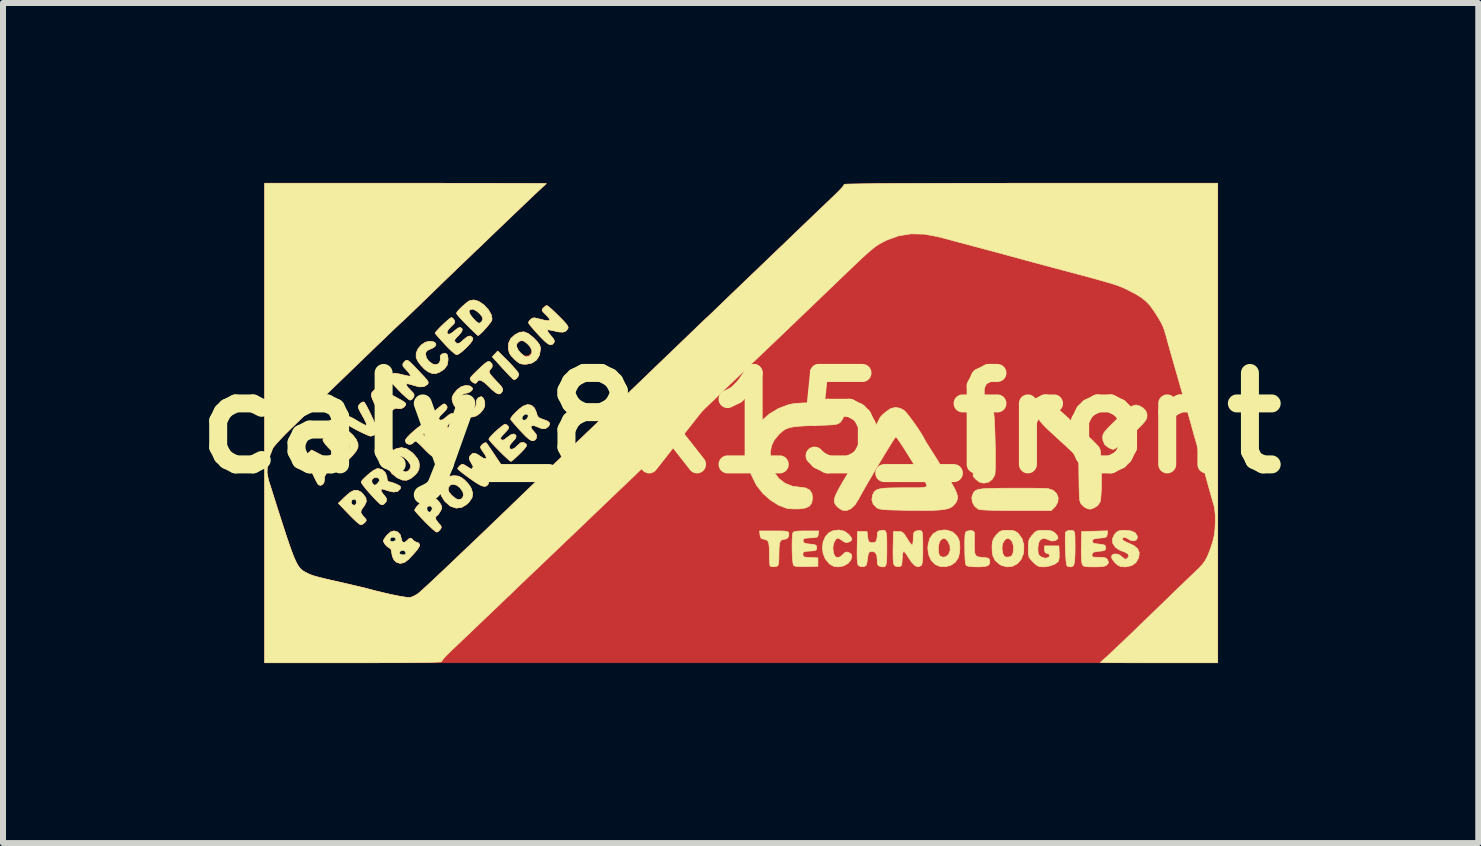
<source format=kicad_pcb>
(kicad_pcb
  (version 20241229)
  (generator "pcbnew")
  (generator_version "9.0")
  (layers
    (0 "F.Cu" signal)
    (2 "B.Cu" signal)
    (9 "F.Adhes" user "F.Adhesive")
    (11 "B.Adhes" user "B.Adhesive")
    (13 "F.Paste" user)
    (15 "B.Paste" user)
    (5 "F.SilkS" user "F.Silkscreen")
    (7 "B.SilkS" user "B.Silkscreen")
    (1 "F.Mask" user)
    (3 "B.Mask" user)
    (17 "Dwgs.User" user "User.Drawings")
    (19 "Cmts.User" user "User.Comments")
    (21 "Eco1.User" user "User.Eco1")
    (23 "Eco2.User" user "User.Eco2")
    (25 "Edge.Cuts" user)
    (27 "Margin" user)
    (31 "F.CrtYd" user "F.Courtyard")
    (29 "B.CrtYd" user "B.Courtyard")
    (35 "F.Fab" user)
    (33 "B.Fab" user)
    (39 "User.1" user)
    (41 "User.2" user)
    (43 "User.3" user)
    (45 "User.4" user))
  (footprint "caly_8x15_front"
    (layer "F.Cu")
    (at 9.296 4.002)
    (property "Reference" "caly_8x15_front" (at 0 0 0) (layer "F.SilkS") (effects (font (size 1.524 1.524) (thickness 0.3))))
    (attr through_hole)
    (fp_poly (pts (xy -3.873 -1.025) (xy -3.804 -0.953) (xy -3.748 -0.889) (xy -3.71 -0.84) (xy -3.697 -0.812) (xy -3.711 -0.774) (xy -3.743 -0.737) (xy -3.777 -0.72) (xy -3.794 -0.734) (xy -3.831 -0.77) (xy -3.883 -0.824) (xy -3.917 -0.86) (xy -3.98 -0.928) (xy -4.037 -0.991) (xy -4.08 -1.039) (xy -4.093 -1.052) (xy -4.139 -1.104) (xy -4.049 -1.2) (xy -3.873 -1.025)) (stroke (width 0.01) (type solid)) (fill yes) (layer "F.Cu"))
    (fp_poly (pts (xy -5.229 0.038) (xy -5.227 0.084) (xy -5.255 0.133) (xy -5.297 0.187) (xy -5.167 0.319) (xy -5.11 0.379) (xy -5.065 0.429) (xy -5.04 0.463) (xy -5.036 0.472) (xy -5.051 0.502) (xy -5.084 0.536) (xy -5.119 0.558) (xy -5.129 0.56) (xy -5.151 0.546) (xy -5.193 0.51) (xy -5.247 0.458) (xy -5.274 0.43) (xy -5.331 0.372) (xy -5.379 0.328) (xy -5.409 0.303) (xy -5.415 0.3) (xy -5.44 0.313) (xy -5.456 0.33) (xy -5.494 0.354) (xy -5.536 0.354) (xy -5.572 0.335) (xy -5.589 0.303) (xy -5.582 0.273) (xy -5.553 0.235) (xy -5.505 0.186) (xy -5.446 0.133) (xy -5.385 0.082) (xy -5.328 0.039) (xy -5.285 0.013) (xy -5.265 0.008) (xy -5.229 0.038)) (stroke (width 0.01) (type solid)) (fill yes) (layer "F.Cu"))
    (fp_poly (pts (xy -4.176 -1.019) (xy -4.143 -0.983) (xy -4.141 -0.936) (xy -4.167 -0.899) (xy -4.188 -0.876) (xy -4.192 -0.851) (xy -4.176 -0.817) (xy -4.136 -0.768) (xy -4.075 -0.702) (xy -4.016 -0.64) (xy -3.982 -0.598) (xy -3.967 -0.568) (xy -3.968 -0.543) (xy -3.974 -0.527) (xy -4 -0.492) (xy -4.034 -0.484) (xy -4.081 -0.506) (xy -4.145 -0.558) (xy -4.187 -0.6) (xy -4.265 -0.672) (xy -4.324 -0.711) (xy -4.365 -0.716) (xy -4.389 -0.69) (xy -4.389 -0.689) (xy -4.415 -0.662) (xy -4.452 -0.67) (xy -4.488 -0.701) (xy -4.504 -0.721) (xy -4.509 -0.739) (xy -4.499 -0.761) (xy -4.47 -0.795) (xy -4.419 -0.846) (xy -4.371 -0.892) (xy -4.301 -0.958) (xy -4.252 -1) (xy -4.218 -1.021) (xy -4.194 -1.025) (xy -4.176 -1.019)) (stroke (width 0.01) (type solid)) (fill yes) (layer "F.Cu"))
    (fp_poly (pts (xy -6.333 1.148) (xy -6.297 1.181) (xy -6.248 1.246) (xy -6.239 1.308) (xy -6.269 1.374) (xy -6.285 1.395) (xy -6.323 1.449) (xy -6.331 1.491) (xy -6.306 1.535) (xy -6.282 1.562) (xy -6.248 1.6) (xy -6.24 1.624) (xy -6.256 1.648) (xy -6.265 1.658) (xy -6.303 1.688) (xy -6.333 1.696) (xy -6.359 1.681) (xy -6.405 1.643) (xy -6.465 1.586) (xy -6.532 1.518) (xy -6.535 1.515) (xy -6.705 1.337) (xy -6.682 1.315) (xy -6.493 1.315) (xy -6.487 1.35) (xy -6.463 1.376) (xy -6.432 1.371) (xy -6.407 1.342) (xy -6.399 1.314) (xy -6.4 1.273) (xy -6.422 1.26) (xy -6.434 1.259) (xy -6.476 1.275) (xy -6.493 1.315) (xy -6.682 1.315) (xy -6.592 1.228) (xy -6.512 1.159) (xy -6.446 1.124) (xy -6.389 1.121) (xy -6.333 1.148)) (stroke (width 0.01) (type solid)) (fill yes) (layer "F.Cu"))
    (fp_poly (pts (xy -5.117 -1.353) (xy -5.082 -1.328) (xy -5.081 -1.295) (xy -5.116 -1.259) (xy -5.177 -1.231) (xy -5.227 -1.208) (xy -5.249 -1.173) (xy -5.252 -1.152) (xy -5.241 -1.091) (xy -5.2 -1.031) (xy -5.137 -0.985) (xy -5.118 -0.977) (xy -5.064 -0.973) (xy -5.023 -1) (xy -5.004 -1.049) (xy -5.006 -1.079) (xy -5.007 -1.123) (xy -4.979 -1.149) (xy -4.969 -1.154) (xy -4.921 -1.164) (xy -4.891 -1.141) (xy -4.878 -1.083) (xy -4.877 -1.05) (xy -4.892 -0.966) (xy -4.94 -0.9) (xy -5.011 -0.852) (xy -5.08 -0.825) (xy -5.141 -0.826) (xy -5.209 -0.855) (xy -5.268 -0.898) (xy -5.328 -0.961) (xy -5.378 -1.029) (xy -5.408 -1.09) (xy -5.408 -1.093) (xy -5.408 -1.165) (xy -5.377 -1.237) (xy -5.323 -1.301) (xy -5.256 -1.346) (xy -5.186 -1.363) (xy -5.117 -1.353)) (stroke (width 0.01) (type solid)) (fill yes) (layer "F.Cu"))
    (fp_poly (pts (xy -6.275 -0.348) (xy -6.256 -0.319) (xy -6.225 -0.263) (xy -6.188 -0.19) (xy -6.149 -0.108) (xy -6.112 -0.027) (xy -6.081 0.044) (xy -6.061 0.096) (xy -6.055 0.118) (xy -6.072 0.164) (xy -6.113 0.202) (xy -6.163 0.219) (xy -6.167 0.219) (xy -6.199 0.209) (xy -6.257 0.184) (xy -6.334 0.148) (xy -6.42 0.104) (xy -6.502 0.058) (xy -6.57 0.017) (xy -6.617 -0.015) (xy -6.634 -0.034) (xy -6.634 -0.035) (xy -6.619 -0.062) (xy -6.586 -0.091) (xy -6.56 -0.106) (xy -6.535 -0.109) (xy -6.501 -0.098) (xy -6.449 -0.071) (xy -6.4 -0.042) (xy -6.334 -0.003) (xy -6.282 0.025) (xy -6.252 0.039) (xy -6.249 0.04) (xy -6.236 0.029) (xy -6.244 -0.006) (xy -6.274 -0.068) (xy -6.305 -0.123) (xy -6.34 -0.186) (xy -6.365 -0.238) (xy -6.375 -0.268) (xy -6.375 -0.268) (xy -6.362 -0.301) (xy -6.332 -0.332) (xy -6.298 -0.351) (xy -6.275 -0.348)) (stroke (width 0.01) (type solid)) (fill yes) (layer "F.Cu"))
    (fp_poly (pts (xy -5.564 0.432) (xy -5.476 0.493) (xy -5.434 0.536) (xy -5.387 0.596) (xy -5.363 0.645) (xy -5.356 0.699) (xy -5.356 0.708) (xy -5.363 0.772) (xy -5.39 0.823) (xy -5.42 0.858) (xy -5.497 0.924) (xy -5.568 0.954) (xy -5.64 0.95) (xy -5.724 0.912) (xy -5.729 0.909) (xy -5.814 0.84) (xy -5.869 0.759) (xy -5.893 0.673) (xy -5.891 0.643) (xy -5.755 0.643) (xy -5.742 0.68) (xy -5.707 0.728) (xy -5.663 0.775) (xy -5.621 0.809) (xy -5.594 0.819) (xy -5.561 0.807) (xy -5.532 0.786) (xy -5.501 0.744) (xy -5.502 0.698) (xy -5.529 0.648) (xy -5.563 0.61) (xy -5.612 0.572) (xy -5.66 0.546) (xy -5.683 0.54) (xy -5.711 0.556) (xy -5.738 0.593) (xy -5.755 0.634) (xy -5.755 0.643) (xy -5.891 0.643) (xy -5.886 0.588) (xy -5.849 0.511) (xy -5.78 0.449) (xy -5.739 0.428) (xy -5.651 0.41) (xy -5.564 0.432)) (stroke (width 0.01) (type solid)) (fill yes) (layer "F.Cu"))
    (fp_poly (pts (xy -4.708 0.885) (xy -4.655 0.909) (xy -4.604 0.948) (xy -4.548 1.005) (xy -4.501 1.071) (xy -4.488 1.097) (xy -4.466 1.175) (xy -4.478 1.246) (xy -4.526 1.317) (xy -4.57 1.359) (xy -4.652 1.407) (xy -4.741 1.418) (xy -4.83 1.389) (xy -4.847 1.379) (xy -4.932 1.304) (xy -4.99 1.21) (xy -5.011 1.126) (xy -5.012 1.111) (xy -4.876 1.111) (xy -4.861 1.152) (xy -4.822 1.2) (xy -4.772 1.244) (xy -4.723 1.274) (xy -4.7 1.279) (xy -4.655 1.266) (xy -4.64 1.255) (xy -4.618 1.207) (xy -4.629 1.147) (xy -4.674 1.082) (xy -4.674 1.081) (xy -4.733 1.036) (xy -4.79 1.02) (xy -4.839 1.032) (xy -4.87 1.071) (xy -4.876 1.111) (xy -5.012 1.111) (xy -5.015 1.074) (xy -5.005 1.036) (xy -4.977 0.997) (xy -4.941 0.959) (xy -4.889 0.912) (xy -4.846 0.888) (xy -4.795 0.88) (xy -4.772 0.879) (xy -4.708 0.885)) (stroke (width 0.01) (type solid)) (fill yes) (layer "F.Cu"))
    (fp_poly (pts (xy -3.543 -1.493) (xy -3.465 -1.432) (xy -3.444 -1.412) (xy -3.387 -1.352) (xy -3.355 -1.308) (xy -3.34 -1.268) (xy -3.337 -1.231) (xy -3.354 -1.13) (xy -3.402 -1.052) (xy -3.477 -1.001) (xy -3.575 -0.98) (xy -3.583 -0.98) (xy -3.641 -0.983) (xy -3.684 -0.996) (xy -3.729 -1.027) (xy -3.77 -1.065) (xy -3.824 -1.121) (xy -3.854 -1.167) (xy -3.867 -1.22) (xy -3.87 -1.24) (xy -3.868 -1.274) (xy -3.734 -1.274) (xy -3.704 -1.207) (xy -3.652 -1.15) (xy -3.595 -1.119) (xy -3.541 -1.121) (xy -3.527 -1.128) (xy -3.493 -1.162) (xy -3.481 -1.187) (xy -3.489 -1.235) (xy -3.523 -1.291) (xy -3.574 -1.342) (xy -3.588 -1.351) (xy -3.635 -1.373) (xy -3.678 -1.366) (xy -3.688 -1.362) (xy -3.728 -1.326) (xy -3.734 -1.274) (xy -3.868 -1.274) (xy -3.866 -1.334) (xy -3.831 -1.408) (xy -3.761 -1.472) (xy -3.759 -1.473) (xy -3.683 -1.512) (xy -3.613 -1.52) (xy -3.543 -1.493)) (stroke (width 0.01) (type solid)) (fill yes) (layer "F.Cu"))
    (fp_poly (pts (xy -6.921 0.569) (xy -6.833 0.616) (xy -6.76 0.658) (xy -6.707 0.692) (xy -6.681 0.713) (xy -6.68 0.714) (xy -6.682 0.754) (xy -6.714 0.783) (xy -6.765 0.795) (xy -6.787 0.793) (xy -6.85 0.8) (xy -6.903 0.835) (xy -6.934 0.889) (xy -6.938 0.932) (xy -6.943 0.984) (xy -6.967 1.022) (xy -7.001 1.039) (xy -7.036 1.029) (xy -7.048 1.014) (xy -7.07 0.975) (xy -7.101 0.913) (xy -7.138 0.837) (xy -7.176 0.757) (xy -7.21 0.682) (xy -7.21 0.681) (xy -7.089 0.681) (xy -7.056 0.728) (xy -7.051 0.733) (xy -7.015 0.763) (xy -6.988 0.761) (xy -6.981 0.757) (xy -6.958 0.729) (xy -6.955 0.718) (xy -6.971 0.686) (xy -7.009 0.655) (xy -7.051 0.64) (xy -7.056 0.639) (xy -7.089 0.65) (xy -7.089 0.681) (xy -7.21 0.681) (xy -7.237 0.62) (xy -7.252 0.58) (xy -7.254 0.572) (xy -7.241 0.542) (xy -7.208 0.503) (xy -7.203 0.498) (xy -7.152 0.45) (xy -6.921 0.569)) (stroke (width 0.01) (type solid)) (fill yes) (layer "F.Cu"))
    (fp_poly (pts (xy -6.663 0.072) (xy -6.597 0.099) (xy -6.526 0.146) (xy -6.461 0.205) (xy -6.41 0.271) (xy -6.403 0.284) (xy -6.378 0.348) (xy -6.379 0.406) (xy -6.408 0.467) (xy -6.467 0.539) (xy -6.478 0.551) (xy -6.53 0.603) (xy -6.575 0.642) (xy -6.602 0.659) (xy -6.604 0.659) (xy -6.626 0.646) (xy -6.669 0.609) (xy -6.728 0.554) (xy -6.796 0.487) (xy -6.802 0.481) (xy -6.882 0.398) (xy -6.933 0.338) (xy -6.959 0.298) (xy -6.961 0.281) (xy -6.749 0.281) (xy -6.723 0.333) (xy -6.682 0.382) (xy -6.621 0.435) (xy -6.576 0.452) (xy -6.547 0.434) (xy -6.538 0.402) (xy -6.548 0.356) (xy -6.581 0.304) (xy -6.627 0.258) (xy -6.675 0.228) (xy -6.704 0.224) (xy -6.742 0.243) (xy -6.749 0.281) (xy -6.961 0.281) (xy -6.962 0.274) (xy -6.961 0.274) (xy -6.932 0.239) (xy -6.883 0.193) (xy -6.824 0.143) (xy -6.767 0.1) (xy -6.724 0.074) (xy -6.716 0.07) (xy -6.663 0.072)) (stroke (width 0.01) (type solid)) (fill yes) (layer "F.Cu"))
    (fp_poly (pts (xy -4.519 -0.619) (xy -4.487 -0.6) (xy -4.467 -0.577) (xy -4.475 -0.554) (xy -4.489 -0.537) (xy -4.532 -0.508) (xy -4.566 -0.5) (xy -4.622 -0.485) (xy -4.652 -0.448) (xy -4.656 -0.397) (xy -4.633 -0.338) (xy -4.582 -0.281) (xy -4.582 -0.281) (xy -4.534 -0.245) (xy -4.496 -0.223) (xy -4.485 -0.22) (xy -4.448 -0.237) (xy -4.417 -0.276) (xy -4.403 -0.321) (xy -4.405 -0.336) (xy -4.402 -0.381) (xy -4.372 -0.421) (xy -4.328 -0.44) (xy -4.325 -0.44) (xy -4.295 -0.422) (xy -4.273 -0.378) (xy -4.264 -0.321) (xy -4.267 -0.277) (xy -4.29 -0.23) (xy -4.332 -0.177) (xy -4.349 -0.161) (xy -4.407 -0.119) (xy -4.467 -0.102) (xy -4.508 -0.1) (xy -4.565 -0.104) (xy -4.612 -0.122) (xy -4.662 -0.16) (xy -4.683 -0.179) (xy -4.741 -0.243) (xy -4.784 -0.311) (xy -4.796 -0.338) (xy -4.81 -0.393) (xy -4.807 -0.434) (xy -4.784 -0.481) (xy -4.726 -0.554) (xy -4.658 -0.604) (xy -4.586 -0.626) (xy -4.519 -0.619)) (stroke (width 0.01) (type solid)) (fill yes) (layer "F.Cu"))
    (fp_poly (pts (xy -4.37 -2.03) (xy -4.283 -1.972) (xy -4.271 -1.961) (xy -4.203 -1.886) (xy -4.159 -1.809) (xy -4.144 -1.74) (xy -4.148 -1.712) (xy -4.166 -1.682) (xy -4.202 -1.635) (xy -4.248 -1.581) (xy -4.297 -1.527) (xy -4.341 -1.485) (xy -4.37 -1.461) (xy -4.376 -1.459) (xy -4.394 -1.472) (xy -4.434 -1.509) (xy -4.49 -1.563) (xy -4.557 -1.629) (xy -4.562 -1.634) (xy -4.629 -1.703) (xy -4.684 -1.762) (xy -4.721 -1.806) (xy -4.736 -1.829) (xy -4.736 -1.83) (xy -4.722 -1.855) (xy -4.721 -1.857) (xy -4.528 -1.857) (xy -4.507 -1.806) (xy -4.464 -1.75) (xy -4.411 -1.694) (xy -4.374 -1.667) (xy -4.346 -1.665) (xy -4.321 -1.683) (xy -4.299 -1.722) (xy -4.297 -1.739) (xy -4.312 -1.78) (xy -4.352 -1.827) (xy -4.402 -1.869) (xy -4.451 -1.895) (xy -4.469 -1.899) (xy -4.515 -1.888) (xy -4.528 -1.857) (xy -4.721 -1.857) (xy -4.686 -1.897) (xy -4.637 -1.945) (xy -4.584 -1.991) (xy -4.538 -2.027) (xy -4.52 -2.037) (xy -4.45 -2.052) (xy -4.37 -2.03)) (stroke (width 0.01) (type solid)) (fill yes) (layer "F.Cu"))
    (fp_poly (pts (xy -6.044 -0.565) (xy -5.987 -0.545) (xy -5.913 -0.513) (xy -5.83 -0.474) (xy -5.748 -0.431) (xy -5.673 -0.39) (xy -5.616 -0.355) (xy -5.584 -0.329) (xy -5.581 -0.325) (xy -5.587 -0.293) (xy -5.617 -0.261) (xy -5.659 -0.241) (xy -5.697 -0.241) (xy -5.7 -0.242) (xy -5.747 -0.248) (xy -5.795 -0.225) (xy -5.833 -0.185) (xy -5.851 -0.136) (xy -5.847 -0.107) (xy -5.848 -0.061) (xy -5.874 -0.015) (xy -5.906 0.007) (xy -5.923 0.004) (xy -5.946 -0.02) (xy -5.977 -0.07) (xy -6.018 -0.15) (xy -6.054 -0.223) (xy -6.102 -0.321) (xy -6.133 -0.391) (xy -6.136 -0.399) (xy -6.015 -0.399) (xy -6.003 -0.339) (xy -5.97 -0.293) (xy -5.928 -0.267) (xy -5.884 -0.267) (xy -5.857 -0.287) (xy -5.844 -0.329) (xy -5.867 -0.372) (xy -5.92 -0.409) (xy -5.975 -0.434) (xy -6.004 -0.436) (xy -6.015 -0.415) (xy -6.015 -0.399) (xy -6.136 -0.399) (xy -6.151 -0.438) (xy -6.156 -0.469) (xy -6.153 -0.492) (xy -6.142 -0.512) (xy -6.106 -0.551) (xy -6.075 -0.57) (xy -6.044 -0.565)) (stroke (width 0.01) (type solid)) (fill yes) (layer "F.Cu"))
    (fp_poly (pts (xy -5.115 1.239) (xy -5.066 1.273) (xy -5.02 1.323) (xy -5.013 1.334) (xy -4.987 1.38) (xy -4.981 1.412) (xy -4.994 1.449) (xy -5.006 1.471) (xy -5.033 1.515) (xy -5.054 1.538) (xy -5.057 1.539) (xy -5.076 1.555) (xy -5.085 1.572) (xy -5.079 1.612) (xy -5.038 1.666) (xy -5.037 1.668) (xy -5 1.708) (xy -4.989 1.735) (xy -4.999 1.762) (xy -5.007 1.774) (xy -5.039 1.807) (xy -5.065 1.819) (xy -5.088 1.805) (xy -5.133 1.768) (xy -5.192 1.713) (xy -5.258 1.648) (xy -5.324 1.579) (xy -5.379 1.52) (xy -5.417 1.477) (xy -5.433 1.456) (xy -5.424 1.429) (xy -5.418 1.422) (xy -5.252 1.422) (xy -5.24 1.458) (xy -5.225 1.472) (xy -5.18 1.493) (xy -5.152 1.477) (xy -5.14 1.432) (xy -5.141 1.393) (xy -5.164 1.38) (xy -5.185 1.379) (xy -5.232 1.392) (xy -5.252 1.422) (xy -5.418 1.422) (xy -5.391 1.387) (xy -5.343 1.337) (xy -5.288 1.289) (xy -5.24 1.256) (xy -5.191 1.23) (xy -5.152 1.227) (xy -5.115 1.239)) (stroke (width 0.01) (type solid)) (fill yes) (layer "F.Cu"))
    (fp_poly (pts (xy -3.489 -0.296) (xy -3.437 -0.25) (xy -3.403 -0.173) (xy -3.399 -0.156) (xy -3.386 -0.114) (xy -3.36 -0.088) (xy -3.31 -0.066) (xy -3.288 -0.059) (xy -3.218 -0.031) (xy -3.185 -0.002) (xy -3.187 0.031) (xy -3.209 0.061) (xy -3.254 0.094) (xy -3.309 0.095) (xy -3.37 0.07) (xy -3.436 0.044) (xy -3.48 0.043) (xy -3.496 0.064) (xy -3.481 0.103) (xy -3.447 0.14) (xy -3.405 0.195) (xy -3.402 0.246) (xy -3.421 0.276) (xy -3.45 0.295) (xy -3.483 0.294) (xy -3.525 0.27) (xy -3.582 0.22) (xy -3.657 0.142) (xy -3.67 0.128) (xy -3.733 0.058) (xy -3.785 -0.001) (xy -3.82 -0.044) (xy -3.834 -0.064) (xy -3.832 -0.069) (xy -3.649 -0.069) (xy -3.624 -0.042) (xy -3.588 -0.043) (xy -3.556 -0.068) (xy -3.541 -0.105) (xy -3.542 -0.146) (xy -3.564 -0.159) (xy -3.573 -0.16) (xy -3.619 -0.145) (xy -3.648 -0.109) (xy -3.649 -0.069) (xy -3.832 -0.069) (xy -3.825 -0.089) (xy -3.793 -0.131) (xy -3.745 -0.181) (xy -3.691 -0.231) (xy -3.637 -0.273) (xy -3.622 -0.282) (xy -3.552 -0.308) (xy -3.489 -0.296)) (stroke (width 0.01) (type solid)) (fill yes) (layer "F.Cu"))
    (fp_poly (pts (xy -3.208 -1.945) (xy -3.165 -1.909) (xy -3.106 -1.855) (xy -3.037 -1.788) (xy -3.034 -1.785) (xy -2.96 -1.71) (xy -2.911 -1.656) (xy -2.884 -1.619) (xy -2.875 -1.593) (xy -2.879 -1.576) (xy -2.913 -1.533) (xy -2.962 -1.515) (xy -3.032 -1.519) (xy -3.086 -1.531) (xy -3.151 -1.546) (xy -3.202 -1.554) (xy -3.223 -1.554) (xy -3.222 -1.537) (xy -3.199 -1.5) (xy -3.167 -1.461) (xy -3.123 -1.408) (xy -3.105 -1.373) (xy -3.108 -1.346) (xy -3.111 -1.342) (xy -3.137 -1.312) (xy -3.169 -1.304) (xy -3.209 -1.32) (xy -3.263 -1.363) (xy -3.335 -1.435) (xy -3.374 -1.476) (xy -3.437 -1.547) (xy -3.489 -1.607) (xy -3.524 -1.652) (xy -3.537 -1.674) (xy -3.537 -1.674) (xy -3.524 -1.7) (xy -3.498 -1.728) (xy -3.468 -1.749) (xy -3.434 -1.753) (xy -3.381 -1.742) (xy -3.373 -1.739) (xy -3.274 -1.714) (xy -3.21 -1.704) (xy -3.181 -1.71) (xy -3.184 -1.734) (xy -3.217 -1.777) (xy -3.25 -1.81) (xy -3.292 -1.852) (xy -3.308 -1.878) (xy -3.303 -1.899) (xy -3.287 -1.919) (xy -3.253 -1.949) (xy -3.23 -1.958) (xy -3.208 -1.945)) (stroke (width 0.01) (type solid)) (fill yes) (layer "F.Cu"))
    (fp_poly (pts (xy -4.913 -0.304) (xy -4.898 -0.283) (xy -4.892 -0.256) (xy -4.907 -0.225) (xy -4.948 -0.18) (xy -4.957 -0.171) (xy -5.01 -0.118) (xy -5.032 -0.082) (xy -5.027 -0.059) (xy -5.005 -0.047) (xy -4.969 -0.053) (xy -4.919 -0.088) (xy -4.909 -0.097) (xy -4.862 -0.136) (xy -4.821 -0.158) (xy -4.81 -0.16) (xy -4.782 -0.146) (xy -4.777 -0.111) (xy -4.794 -0.065) (xy -4.831 -0.018) (xy -4.836 -0.013) (xy -4.88 0.031) (xy -4.894 0.061) (xy -4.879 0.088) (xy -4.866 0.1) (xy -4.844 0.11) (xy -4.815 0.1) (xy -4.771 0.065) (xy -4.755 0.051) (xy -4.69 0.002) (xy -4.64 -0.014) (xy -4.609 0.003) (xy -4.6 0.028) (xy -4.61 0.059) (xy -4.643 0.107) (xy -4.691 0.163) (xy -4.745 0.219) (xy -4.798 0.266) (xy -4.841 0.294) (xy -4.858 0.3) (xy -4.884 0.286) (xy -4.93 0.248) (xy -4.99 0.191) (xy -5.054 0.125) (xy -5.117 0.055) (xy -5.169 -0.006) (xy -5.203 -0.051) (xy -5.216 -0.073) (xy -5.202 -0.096) (xy -5.164 -0.137) (xy -5.113 -0.186) (xy -5.056 -0.236) (xy -5.002 -0.281) (xy -4.96 -0.311) (xy -4.94 -0.32) (xy -4.913 -0.304)) (stroke (width 0.01) (type solid)) (fill yes) (layer "F.Cu"))
    (fp_poly (pts (xy -4.794 -1.743) (xy -4.775 -1.716) (xy -4.765 -1.687) (xy -4.775 -1.66) (xy -4.811 -1.623) (xy -4.824 -1.611) (xy -4.871 -1.562) (xy -4.894 -1.518) (xy -4.89 -1.489) (xy -4.862 -1.479) (xy -4.828 -1.492) (xy -4.782 -1.525) (xy -4.764 -1.541) (xy -4.712 -1.582) (xy -4.673 -1.593) (xy -4.668 -1.592) (xy -4.639 -1.566) (xy -4.648 -1.525) (xy -4.693 -1.469) (xy -4.71 -1.452) (xy -4.753 -1.408) (xy -4.769 -1.38) (xy -4.763 -1.358) (xy -4.758 -1.351) (xy -4.729 -1.325) (xy -4.699 -1.325) (xy -4.658 -1.351) (xy -4.614 -1.392) (xy -4.552 -1.44) (xy -4.505 -1.451) (xy -4.471 -1.425) (xy -4.463 -1.408) (xy -4.471 -1.379) (xy -4.502 -1.334) (xy -4.55 -1.281) (xy -4.605 -1.227) (xy -4.659 -1.18) (xy -4.706 -1.148) (xy -4.732 -1.139) (xy -4.76 -1.153) (xy -4.808 -1.192) (xy -4.869 -1.25) (xy -4.928 -1.311) (xy -4.99 -1.38) (xy -5.042 -1.438) (xy -5.078 -1.479) (xy -5.091 -1.497) (xy -5.081 -1.517) (xy -5.047 -1.555) (xy -5 -1.604) (xy -4.945 -1.657) (xy -4.892 -1.705) (xy -4.848 -1.741) (xy -4.821 -1.758) (xy -4.819 -1.759) (xy -4.794 -1.743)) (stroke (width 0.01) (type solid)) (fill yes) (layer "F.Cu"))
    (fp_poly (pts (xy -5.545 -1.041) (xy -5.516 -1.02) (xy -5.475 -0.981) (xy -5.415 -0.919) (xy -5.333 -0.832) (xy -5.326 -0.824) (xy -5.264 -0.758) (xy -5.226 -0.714) (xy -5.209 -0.685) (xy -5.208 -0.665) (xy -5.219 -0.647) (xy -5.226 -0.64) (xy -5.278 -0.607) (xy -5.351 -0.603) (xy -5.449 -0.627) (xy -5.456 -0.63) (xy -5.53 -0.652) (xy -5.57 -0.654) (xy -5.576 -0.636) (xy -5.549 -0.596) (xy -5.503 -0.548) (xy -5.46 -0.504) (xy -5.443 -0.473) (xy -5.446 -0.443) (xy -5.453 -0.429) (xy -5.481 -0.393) (xy -5.51 -0.382) (xy -5.537 -0.397) (xy -5.584 -0.436) (xy -5.645 -0.492) (xy -5.712 -0.56) (xy -5.783 -0.636) (xy -5.829 -0.689) (xy -5.855 -0.725) (xy -5.863 -0.751) (xy -5.859 -0.771) (xy -5.857 -0.776) (xy -5.821 -0.817) (xy -5.766 -0.83) (xy -5.687 -0.817) (xy -5.686 -0.817) (xy -5.618 -0.8) (xy -5.557 -0.787) (xy -5.549 -0.785) (xy -5.51 -0.78) (xy -5.503 -0.792) (xy -5.512 -0.812) (xy -5.54 -0.851) (xy -5.582 -0.896) (xy -5.584 -0.898) (xy -5.625 -0.945) (xy -5.632 -0.982) (xy -5.605 -1.02) (xy -5.598 -1.027) (xy -5.581 -1.041) (xy -5.565 -1.047) (xy -5.545 -1.041)) (stroke (width 0.01) (type solid)) (fill yes) (layer "F.Cu"))
    (fp_poly (pts (xy -3.894 0.034) (xy -3.876 0.051) (xy -3.866 0.073) (xy -3.874 0.099) (xy -3.907 0.138) (xy -3.935 0.168) (xy -3.981 0.217) (xy -4.001 0.248) (xy -3.999 0.268) (xy -3.99 0.277) (xy -3.965 0.288) (xy -3.934 0.275) (xy -3.891 0.241) (xy -3.826 0.194) (xy -3.778 0.182) (xy -3.747 0.205) (xy -3.743 0.213) (xy -3.749 0.252) (xy -3.793 0.302) (xy -3.794 0.303) (xy -3.833 0.347) (xy -3.855 0.389) (xy -3.857 0.399) (xy -3.844 0.432) (xy -3.811 0.439) (xy -3.768 0.42) (xy -3.724 0.38) (xy -3.67 0.332) (xy -3.619 0.322) (xy -3.577 0.35) (xy -3.569 0.369) (xy -3.576 0.393) (xy -3.604 0.43) (xy -3.656 0.485) (xy -3.681 0.51) (xy -3.74 0.567) (xy -3.789 0.611) (xy -3.822 0.636) (xy -3.829 0.639) (xy -3.85 0.626) (xy -3.892 0.589) (xy -3.95 0.535) (xy -4.018 0.469) (xy -4.022 0.464) (xy -4.089 0.395) (xy -4.144 0.336) (xy -4.182 0.291) (xy -4.197 0.268) (xy -4.197 0.268) (xy -4.182 0.244) (xy -4.146 0.203) (xy -4.095 0.153) (xy -4.039 0.102) (xy -3.985 0.058) (xy -3.944 0.028) (xy -3.926 0.02) (xy -3.894 0.034)) (stroke (width 0.01) (type solid)) (fill yes) (layer "F.Cu"))
    (fp_poly (pts (xy -5.975 0.778) (xy -5.925 0.825) (xy -5.898 0.89) (xy -5.895 0.916) (xy -5.889 0.962) (xy -5.867 0.979) (xy -5.86 0.98) (xy -5.822 0.988) (xy -5.765 1.008) (xy -5.739 1.019) (xy -5.688 1.045) (xy -5.668 1.065) (xy -5.67 1.089) (xy -5.675 1.098) (xy -5.718 1.14) (xy -5.785 1.15) (xy -5.873 1.13) (xy -5.929 1.112) (xy -5.969 1.1) (xy -5.978 1.099) (xy -5.995 1.112) (xy -5.988 1.144) (xy -5.959 1.185) (xy -5.944 1.2) (xy -5.906 1.254) (xy -5.906 1.306) (xy -5.945 1.35) (xy -5.948 1.352) (xy -5.967 1.362) (xy -5.986 1.362) (xy -6.012 1.347) (xy -6.049 1.313) (xy -6.102 1.258) (xy -6.163 1.192) (xy -6.238 1.107) (xy -6.291 1.04) (xy -6.317 0.998) (xy -6.145 0.998) (xy -6.118 1.032) (xy -6.077 1.036) (xy -6.036 1.011) (xy -6.036 1.01) (xy -6.018 0.966) (xy -6.03 0.925) (xy -6.067 0.903) (xy -6.067 0.903) (xy -6.115 0.913) (xy -6.145 0.949) (xy -6.145 0.998) (xy -6.317 0.998) (xy -6.32 0.995) (xy -6.323 0.977) (xy -6.303 0.95) (xy -6.261 0.908) (xy -6.206 0.857) (xy -6.203 0.854) (xy -6.124 0.793) (xy -6.064 0.763) (xy -6.038 0.759) (xy -5.975 0.778)) (stroke (width 0.01) (type solid)) (fill yes) (layer "F.Cu"))
    (fp_poly (pts (xy -5.716 1.817) (xy -5.674 1.863) (xy -5.656 1.929) (xy -5.656 1.934) (xy -5.642 1.978) (xy -5.611 1.993) (xy -5.574 1.974) (xy -5.563 1.961) (xy -5.525 1.926) (xy -5.488 1.921) (xy -5.464 1.947) (xy -5.437 1.973) (xy -5.407 1.986) (xy -5.368 2.001) (xy -5.351 2.024) (xy -5.357 2.057) (xy -5.387 2.106) (xy -5.444 2.174) (xy -5.528 2.264) (xy -5.537 2.273) (xy -5.606 2.325) (xy -5.675 2.34) (xy -5.738 2.319) (xy -5.774 2.286) (xy -5.805 2.224) (xy -5.815 2.165) (xy -5.818 2.151) (xy -5.715 2.151) (xy -5.705 2.194) (xy -5.695 2.209) (xy -5.651 2.236) (xy -5.601 2.227) (xy -5.566 2.199) (xy -5.54 2.153) (xy -5.549 2.119) (xy -5.592 2.102) (xy -5.63 2.102) (xy -5.689 2.118) (xy -5.715 2.151) (xy -5.818 2.151) (xy -5.825 2.109) (xy -5.85 2.085) (xy -5.892 2.058) (xy -5.931 2.016) (xy -5.953 1.974) (xy -5.955 1.964) (xy -5.945 1.942) (xy -5.852 1.942) (xy -5.835 1.982) (xy -5.824 1.992) (xy -5.775 2.016) (xy -5.742 2.005) (xy -5.729 1.974) (xy -5.73 1.922) (xy -5.761 1.889) (xy -5.803 1.883) (xy -5.84 1.903) (xy -5.852 1.942) (xy -5.945 1.942) (xy -5.943 1.936) (xy -5.912 1.891) (xy -5.893 1.869) (xy -5.836 1.817) (xy -5.781 1.799) (xy -5.775 1.799) (xy -5.716 1.817)) (stroke (width 0.01) (type solid)) (fill yes) (layer "F.Cu"))
    (fp_poly (pts (xy -4.239 0.331) (xy -4.223 0.353) (xy -4.19 0.401) (xy -4.147 0.464) (xy -4.099 0.536) (xy -4.051 0.608) (xy -4.009 0.671) (xy -3.98 0.717) (xy -3.971 0.732) (xy -3.974 0.76) (xy -3.995 0.801) (xy -4.024 0.839) (xy -4.052 0.859) (xy -4.056 0.859) (xy -4.08 0.849) (xy -4.126 0.821) (xy -4.174 0.789) (xy -4.249 0.741) (xy -4.296 0.719) (xy -4.314 0.726) (xy -4.305 0.761) (xy -4.27 0.825) (xy -4.257 0.846) (xy -4.214 0.924) (xy -4.198 0.98) (xy -4.21 1.022) (xy -4.221 1.035) (xy -4.25 1.054) (xy -4.288 1.054) (xy -4.34 1.035) (xy -4.411 0.993) (xy -4.506 0.928) (xy -4.521 0.917) (xy -4.597 0.861) (xy -4.659 0.813) (xy -4.701 0.778) (xy -4.716 0.761) (xy -4.716 0.76) (xy -4.703 0.737) (xy -4.677 0.71) (xy -4.653 0.691) (xy -4.63 0.688) (xy -4.597 0.703) (xy -4.542 0.738) (xy -4.49 0.769) (xy -4.453 0.783) (xy -4.44 0.781) (xy -4.446 0.754) (xy -4.467 0.706) (xy -4.485 0.674) (xy -4.514 0.621) (xy -4.524 0.587) (xy -4.516 0.56) (xy -4.505 0.543) (xy -4.469 0.508) (xy -4.427 0.504) (xy -4.372 0.532) (xy -4.348 0.55) (xy -4.286 0.589) (xy -4.248 0.598) (xy -4.237 0.579) (xy -4.256 0.533) (xy -4.287 0.488) (xy -4.318 0.443) (xy -4.335 0.41) (xy -4.337 0.404) (xy -4.323 0.375) (xy -4.292 0.347) (xy -4.259 0.329) (xy -4.239 0.331)) (stroke (width 0.01) (type solid)) (fill yes) (layer "F.Cu"))
    (fp_poly (pts (xy -5.279 -3.997) (xy -4.988 -3.997) (xy -4.711 -3.996) (xy -4.45 -3.996) (xy -4.207 -3.996) (xy -3.987 -3.995) (xy -3.789 -3.995) (xy -3.618 -3.994) (xy -3.476 -3.994) (xy -3.365 -3.993) (xy -3.287 -3.992) (xy -3.246 -3.991) (xy -3.239 -3.991) (xy -3.26 -3.972) (xy -3.307 -3.929) (xy -3.377 -3.864) (xy -3.466 -3.78) (xy -3.571 -3.68) (xy -3.689 -3.567) (xy -3.818 -3.444) (xy -3.954 -3.314) (xy -4.094 -3.18) (xy -4.097 -3.177) (xy -4.213 -3.065) (xy -4.323 -2.959) (xy -4.423 -2.864) (xy -4.507 -2.783) (xy -4.573 -2.72) (xy -4.617 -2.678) (xy -4.629 -2.667) (xy -4.658 -2.639) (xy -4.713 -2.587) (xy -4.787 -2.514) (xy -4.879 -2.426) (xy -4.984 -2.325) (xy -5.097 -2.215) (xy -5.166 -2.148) (xy -5.28 -2.038) (xy -5.385 -1.936) (xy -5.478 -1.847) (xy -5.555 -1.773) (xy -5.612 -1.719) (xy -5.647 -1.686) (xy -5.656 -1.679) (xy -5.663 -1.673) (xy -5.679 -1.658) (xy -5.706 -1.632) (xy -5.746 -1.595) (xy -5.799 -1.544) (xy -5.869 -1.477) (xy -5.955 -1.394) (xy -6.061 -1.293) (xy -6.187 -1.171) (xy -6.335 -1.028) (xy -6.506 -0.863) (xy -6.704 -0.672) (xy -6.928 -0.456) (xy -6.945 -0.44) (xy -7.058 -0.33) (xy -7.187 -0.206) (xy -7.319 -0.079) (xy -7.441 0.039) (xy -7.498 0.094) (xy -7.586 0.181) (xy -7.665 0.263) (xy -7.731 0.335) (xy -7.778 0.39) (xy -7.8 0.423) (xy -7.859 0.575) (xy -7.89 0.708) (xy -7.894 0.829) (xy -7.872 0.946) (xy -7.867 0.964) (xy -7.85 1.014) (xy -7.825 1.093) (xy -7.794 1.191) (xy -7.761 1.296) (xy -7.754 1.319) (xy -7.68 1.551) (xy -7.616 1.749) (xy -7.562 1.914) (xy -7.515 2.051) (xy -7.475 2.162) (xy -7.44 2.25) (xy -7.408 2.32) (xy -7.379 2.373) (xy -7.351 2.413) (xy -7.322 2.443) (xy -7.292 2.466) (xy -7.259 2.486) (xy -7.245 2.493) (xy -7.21 2.511) (xy -7.175 2.526) (xy -7.136 2.541) (xy -7.087 2.556) (xy -7.023 2.573) (xy -6.938 2.594) (xy -6.828 2.62) (xy -6.686 2.652) (xy -6.615 2.668) (xy -6.503 2.694) (xy -6.4 2.718) (xy -6.313 2.739) (xy -6.253 2.753) (xy -6.235 2.758) (xy -6.092 2.796) (xy -5.951 2.83) (xy -5.82 2.86) (xy -5.703 2.884) (xy -5.607 2.9) (xy -5.539 2.909) (xy -5.507 2.909) (xy -5.453 2.889) (xy -5.391 2.854) (xy -5.37 2.839) (xy -5.338 2.812) (xy -5.28 2.759) (xy -5.196 2.682) (xy -5.09 2.583) (xy -4.962 2.462) (xy -4.815 2.323) (xy -4.651 2.166) (xy -4.47 1.994) (xy -4.276 1.809) (xy -4.07 1.611) (xy -3.854 1.404) (xy -3.798 1.349) (xy -3.581 1.14) (xy -3.363 0.93) (xy -3.147 0.723) (xy -2.939 0.523) (xy -2.742 0.334) (xy -2.642 0.238) (xy 6.035 0.238) (xy 6.049 0.322) (xy 6.091 0.381) (xy 6.142 0.411) (xy 6.19 0.431) (xy 6.22 0.436) (xy 6.25 0.423) (xy 6.285 0.402) (xy 6.321 0.375) (xy 6.378 0.326) (xy 6.45 0.261) (xy 6.53 0.186) (xy 6.56 0.157) (xy 6.644 0.076) (xy 6.703 0.016) (xy 6.741 -0.028) (xy 6.763 -0.062) (xy 6.773 -0.091) (xy 6.775 -0.121) (xy 6.775 -0.123) (xy 6.766 -0.183) (xy 6.732 -0.231) (xy 6.713 -0.248) (xy 6.67 -0.28) (xy 6.63 -0.299) (xy 6.588 -0.301) (xy 6.541 -0.285) (xy 6.483 -0.249) (xy 6.411 -0.19) (xy 6.321 -0.107) (xy 6.207 0.004) (xy 6.2 0.011) (xy 6.127 0.084) (xy 6.079 0.138) (xy 6.051 0.178) (xy 6.038 0.212) (xy 6.035 0.238) (xy -2.642 0.238) (xy -2.561 0.16) (xy -2.401 0.007) (xy -2.278 -0.111) (xy -1.96 -0.415) (xy -1.67 -0.693) (xy -1.407 -0.946) (xy -1.17 -1.174) (xy -0.957 -1.378) (xy -0.869 -1.463) (xy -0.785 -1.544) (xy -0.704 -1.622) (xy -0.634 -1.689) (xy -0.582 -1.738) (xy -0.57 -1.749) (xy -0.527 -1.789) (xy -0.463 -1.85) (xy -0.385 -1.925) (xy -0.3 -2.007) (xy -0.26 -2.046) (xy -0.155 -2.147) (xy -0.036 -2.261) (xy 0.084 -2.376) (xy 0.19 -2.478) (xy 0.2 -2.487) (xy 0.296 -2.579) (xy 0.409 -2.688) (xy 0.529 -2.803) (xy 0.644 -2.913) (xy 0.701 -2.967) (xy 0.884 -3.144) (xy 1.069 -3.321) (xy 1.248 -3.493) (xy 1.414 -3.651) (xy 1.56 -3.791) (xy 1.584 -3.814) (xy 1.646 -3.876) (xy 1.694 -3.928) (xy 1.723 -3.965) (xy 1.727 -3.979) (xy 1.746 -3.981) (xy 1.802 -3.983) (xy 1.896 -3.985) (xy 2.024 -3.987) (xy 2.187 -3.989) (xy 2.381 -3.991) (xy 2.605 -3.992) (xy 2.859 -3.993) (xy 3.139 -3.994) (xy 3.445 -3.995) (xy 3.775 -3.996) (xy 4.128 -3.996) (xy 4.501 -3.997) (xy 4.835 -3.997) (xy 7.954 -3.997) (xy 7.954 3.997) (xy -7.934 3.997) (xy -7.934 -3.997) (xy -5.582 -3.997) (xy -5.279 -3.997)) (stroke (width 0.01) (type solid)) (fill yes) (layer "F.Cu"))
    (fp_poly (pts (xy -3.873 -1.025) (xy -3.804 -0.953) (xy -3.748 -0.889) (xy -3.71 -0.84) (xy -3.697 -0.812) (xy -3.711 -0.774) (xy -3.743 -0.737) (xy -3.777 -0.72) (xy -3.794 -0.734) (xy -3.831 -0.77) (xy -3.883 -0.824) (xy -3.917 -0.86) (xy -3.98 -0.928) (xy -4.037 -0.991) (xy -4.08 -1.039) (xy -4.093 -1.052) (xy -4.139 -1.104) (xy -4.049 -1.2) (xy -3.873 -1.025)) (stroke (width 0.01) (type solid)) (fill yes) (layer "F.SilkS"))
    (fp_poly (pts (xy 5.528 1.791) (xy 5.536 1.793) (xy 5.552 1.799) (xy 5.563 1.814) (xy 5.57 1.842) (xy 5.574 1.892) (xy 5.575 1.968) (xy 5.576 2.077) (xy 5.574 2.198) (xy 5.57 2.285) (xy 5.561 2.343) (xy 5.547 2.378) (xy 5.525 2.394) (xy 5.497 2.398) (xy 5.453 2.388) (xy 5.442 2.382) (xy 5.434 2.358) (xy 5.426 2.303) (xy 5.42 2.223) (xy 5.415 2.128) (xy 5.413 2.026) (xy 5.412 1.924) (xy 5.414 1.831) (xy 5.415 1.826) (xy 5.433 1.803) (xy 5.476 1.79) (xy 5.528 1.791)) (stroke (width 0.01) (type solid)) (fill yes) (layer "F.SilkS"))
    (fp_poly (pts (xy 4.143 -0.281) (xy 4.197 -0.234) (xy 4.213 -0.203) (xy 4.22 -0.166) (xy 4.227 -0.096) (xy 4.232 -0.001) (xy 4.238 0.114) (xy 4.242 0.24) (xy 4.245 0.371) (xy 4.247 0.5) (xy 4.247 0.62) (xy 4.247 0.724) (xy 4.244 0.805) (xy 4.24 0.857) (xy 4.237 0.869) (xy 4.192 0.942) (xy 4.129 0.987) (xy 4.056 1.002) (xy 3.983 0.986) (xy 3.928 0.944) (xy 3.877 0.89) (xy 3.877 0.354) (xy 3.877 0.182) (xy 3.879 0.045) (xy 3.882 -0.06) (xy 3.888 -0.14) (xy 3.898 -0.197) (xy 3.912 -0.236) (xy 3.932 -0.263) (xy 3.958 -0.281) (xy 3.991 -0.295) (xy 4.001 -0.298) (xy 4.072 -0.305) (xy 4.143 -0.281)) (stroke (width 0.01) (type solid)) (fill yes) (layer "F.SilkS"))
    (fp_poly (pts (xy -5.229 0.038) (xy -5.227 0.084) (xy -5.255 0.133) (xy -5.297 0.187) (xy -5.167 0.319) (xy -5.11 0.379) (xy -5.065 0.429) (xy -5.04 0.463) (xy -5.036 0.472) (xy -5.051 0.502) (xy -5.084 0.536) (xy -5.119 0.558) (xy -5.129 0.56) (xy -5.151 0.546) (xy -5.193 0.51) (xy -5.247 0.458) (xy -5.274 0.43) (xy -5.331 0.372) (xy -5.379 0.328) (xy -5.409 0.303) (xy -5.415 0.3) (xy -5.44 0.313) (xy -5.456 0.33) (xy -5.494 0.354) (xy -5.536 0.354) (xy -5.572 0.335) (xy -5.589 0.303) (xy -5.582 0.273) (xy -5.553 0.235) (xy -5.505 0.186) (xy -5.446 0.133) (xy -5.385 0.082) (xy -5.328 0.039) (xy -5.285 0.013) (xy -5.265 0.008) (xy -5.229 0.038)) (stroke (width 0.01) (type solid)) (fill yes) (layer "F.SilkS"))
    (fp_poly (pts (xy 4.799 1.086) (xy 4.921 1.087) (xy 5.021 1.089) (xy 5.092 1.091) (xy 5.13 1.093) (xy 5.13 1.094) (xy 5.211 1.122) (xy 5.267 1.175) (xy 5.294 1.242) (xy 5.289 1.315) (xy 5.25 1.387) (xy 5.237 1.4) (xy 5.179 1.459) (xy 4.593 1.459) (xy 4.406 1.458) (xy 4.255 1.456) (xy 4.138 1.453) (xy 4.053 1.449) (xy 3.994 1.443) (xy 3.961 1.435) (xy 3.957 1.433) (xy 3.901 1.387) (xy 3.865 1.322) (xy 3.854 1.251) (xy 3.86 1.219) (xy 3.873 1.183) (xy 3.888 1.154) (xy 3.909 1.131) (xy 3.941 1.115) (xy 3.987 1.103) (xy 4.053 1.095) (xy 4.143 1.091) (xy 4.261 1.088) (xy 4.412 1.087) (xy 4.514 1.086) (xy 4.662 1.086) (xy 4.799 1.086)) (stroke (width 0.01) (type solid)) (fill yes) (layer "F.SilkS"))
    (fp_poly (pts (xy 6.648 -0.287) (xy 6.704 -0.255) (xy 6.713 -0.248) (xy 6.757 -0.2) (xy 6.774 -0.147) (xy 6.775 -0.123) (xy 6.773 -0.092) (xy 6.763 -0.063) (xy 6.742 -0.03) (xy 6.705 0.014) (xy 6.647 0.073) (xy 6.565 0.154) (xy 6.56 0.158) (xy 6.444 0.268) (xy 6.351 0.35) (xy 6.281 0.404) (xy 6.231 0.433) (xy 6.205 0.439) (xy 6.175 0.429) (xy 6.131 0.409) (xy 6.07 0.359) (xy 6.04 0.29) (xy 6.035 0.235) (xy 6.039 0.205) (xy 6.051 0.173) (xy 6.078 0.135) (xy 6.124 0.084) (xy 6.192 0.015) (xy 6.23 -0.022) (xy 6.331 -0.119) (xy 6.408 -0.191) (xy 6.468 -0.242) (xy 6.513 -0.274) (xy 6.55 -0.292) (xy 6.583 -0.299) (xy 6.596 -0.3) (xy 6.648 -0.287)) (stroke (width 0.01) (type solid)) (fill yes) (layer "F.SilkS"))
    (fp_poly (pts (xy -4.176 -1.019) (xy -4.143 -0.983) (xy -4.141 -0.936) (xy -4.167 -0.899) (xy -4.188 -0.876) (xy -4.192 -0.851) (xy -4.176 -0.817) (xy -4.136 -0.768) (xy -4.075 -0.702) (xy -4.016 -0.64) (xy -3.982 -0.598) (xy -3.967 -0.568) (xy -3.968 -0.543) (xy -3.974 -0.527) (xy -4 -0.492) (xy -4.034 -0.484) (xy -4.081 -0.506) (xy -4.145 -0.558) (xy -4.187 -0.6) (xy -4.265 -0.672) (xy -4.324 -0.711) (xy -4.365 -0.716) (xy -4.389 -0.69) (xy -4.389 -0.689) (xy -4.415 -0.662) (xy -4.452 -0.67) (xy -4.488 -0.701) (xy -4.504 -0.721) (xy -4.509 -0.739) (xy -4.499 -0.761) (xy -4.47 -0.795) (xy -4.419 -0.846) (xy -4.371 -0.892) (xy -4.301 -0.958) (xy -4.252 -1) (xy -4.218 -1.021) (xy -4.194 -1.025) (xy -4.176 -1.019)) (stroke (width 0.01) (type solid)) (fill yes) (layer "F.SilkS"))
    (fp_poly (pts (xy 3.877 1.8) (xy 3.898 1.824) (xy 3.898 1.826) (xy 3.899 1.855) (xy 3.898 1.914) (xy 3.898 1.991) (xy 3.897 2.02) (xy 3.898 2.114) (xy 3.906 2.176) (xy 3.926 2.213) (xy 3.964 2.232) (xy 4.025 2.24) (xy 4.047 2.242) (xy 4.108 2.248) (xy 4.139 2.261) (xy 4.151 2.284) (xy 4.153 2.294) (xy 4.153 2.341) (xy 4.132 2.371) (xy 4.086 2.389) (xy 4.009 2.397) (xy 3.948 2.398) (xy 3.857 2.395) (xy 3.792 2.386) (xy 3.761 2.374) (xy 3.75 2.343) (xy 3.742 2.275) (xy 3.738 2.169) (xy 3.737 2.084) (xy 3.737 1.976) (xy 3.739 1.901) (xy 3.743 1.853) (xy 3.75 1.825) (xy 3.762 1.81) (xy 3.78 1.802) (xy 3.781 1.801) (xy 3.834 1.792) (xy 3.877 1.8)) (stroke (width 0.01) (type solid)) (fill yes) (layer "F.SilkS"))
    (fp_poly (pts (xy -6.333 1.148) (xy -6.297 1.181) (xy -6.248 1.246) (xy -6.239 1.308) (xy -6.269 1.374) (xy -6.285 1.395) (xy -6.323 1.449) (xy -6.331 1.491) (xy -6.306 1.535) (xy -6.282 1.562) (xy -6.248 1.6) (xy -6.24 1.624) (xy -6.256 1.648) (xy -6.265 1.658) (xy -6.303 1.688) (xy -6.333 1.696) (xy -6.359 1.681) (xy -6.405 1.643) (xy -6.465 1.586) (xy -6.532 1.518) (xy -6.535 1.515) (xy -6.705 1.337) (xy -6.686 1.319) (xy -6.493 1.319) (xy -6.481 1.353) (xy -6.472 1.361) (xy -6.432 1.373) (xy -6.409 1.349) (xy -6.405 1.317) (xy -6.415 1.279) (xy -6.445 1.269) (xy -6.479 1.284) (xy -6.493 1.319) (xy -6.686 1.319) (xy -6.592 1.228) (xy -6.512 1.159) (xy -6.446 1.124) (xy -6.389 1.121) (xy -6.333 1.148)) (stroke (width 0.01) (type solid)) (fill yes) (layer "F.SilkS"))
    (fp_poly (pts (xy 0.658 1.799) (xy 0.726 1.801) (xy 0.769 1.807) (xy 0.792 1.815) (xy 0.802 1.829) (xy 0.804 1.836) (xy 0.802 1.89) (xy 0.772 1.928) (xy 0.732 1.938) (xy 0.693 1.944) (xy 0.666 1.964) (xy 0.65 2.005) (xy 0.642 2.073) (xy 0.64 2.174) (xy 0.639 2.18) (xy 0.638 2.273) (xy 0.634 2.333) (xy 0.626 2.368) (xy 0.612 2.384) (xy 0.608 2.386) (xy 0.555 2.397) (xy 0.509 2.393) (xy 0.493 2.385) (xy 0.487 2.36) (xy 0.483 2.305) (xy 0.48 2.229) (xy 0.48 2.177) (xy 0.478 2.078) (xy 0.471 2.012) (xy 0.457 1.971) (xy 0.431 1.948) (xy 0.392 1.937) (xy 0.38 1.935) (xy 0.343 1.922) (xy 0.327 1.886) (xy 0.323 1.864) (xy 0.317 1.799) (xy 0.556 1.799) (xy 0.658 1.799)) (stroke (width 0.01) (type solid)) (fill yes) (layer "F.SilkS"))
    (fp_poly (pts (xy -5.117 -1.353) (xy -5.082 -1.328) (xy -5.081 -1.295) (xy -5.116 -1.259) (xy -5.177 -1.231) (xy -5.227 -1.208) (xy -5.249 -1.173) (xy -5.252 -1.152) (xy -5.241 -1.091) (xy -5.2 -1.031) (xy -5.137 -0.985) (xy -5.118 -0.977) (xy -5.064 -0.973) (xy -5.023 -1) (xy -5.004 -1.049) (xy -5.006 -1.079) (xy -5.007 -1.123) (xy -4.979 -1.149) (xy -4.969 -1.154) (xy -4.921 -1.164) (xy -4.891 -1.141) (xy -4.878 -1.083) (xy -4.877 -1.05) (xy -4.892 -0.966) (xy -4.94 -0.9) (xy -5.011 -0.852) (xy -5.08 -0.825) (xy -5.141 -0.826) (xy -5.209 -0.855) (xy -5.268 -0.898) (xy -5.328 -0.961) (xy -5.378 -1.029) (xy -5.408 -1.09) (xy -5.408 -1.093) (xy -5.408 -1.165) (xy -5.377 -1.237) (xy -5.323 -1.301) (xy -5.256 -1.346) (xy -5.186 -1.363) (xy -5.117 -1.353)) (stroke (width 0.01) (type solid)) (fill yes) (layer "F.SilkS"))
    (fp_poly (pts (xy 3.446 1.787) (xy 3.534 1.817) (xy 3.602 1.879) (xy 3.635 1.932) (xy 3.651 1.992) (xy 3.656 2.074) (xy 3.65 2.161) (xy 3.633 2.236) (xy 3.628 2.248) (xy 3.578 2.322) (xy 3.503 2.372) (xy 3.415 2.395) (xy 3.322 2.39) (xy 3.244 2.357) (xy 3.18 2.293) (xy 3.138 2.204) (xy 3.125 2.124) (xy 3.297 2.124) (xy 3.306 2.184) (xy 3.321 2.214) (xy 3.369 2.237) (xy 3.422 2.229) (xy 3.466 2.194) (xy 3.494 2.123) (xy 3.49 2.043) (xy 3.456 1.972) (xy 3.456 1.971) (xy 3.415 1.929) (xy 3.379 1.922) (xy 3.337 1.949) (xy 3.334 1.952) (xy 3.312 1.992) (xy 3.299 2.055) (xy 3.297 2.124) (xy 3.125 2.124) (xy 3.121 2.099) (xy 3.124 2.038) (xy 3.152 1.928) (xy 3.208 1.848) (xy 3.287 1.799) (xy 3.388 1.783) (xy 3.446 1.787)) (stroke (width 0.01) (type solid)) (fill yes) (layer "F.SilkS"))
    (fp_poly (pts (xy -5.564 0.432) (xy -5.476 0.493) (xy -5.434 0.536) (xy -5.387 0.596) (xy -5.363 0.645) (xy -5.356 0.699) (xy -5.356 0.708) (xy -5.363 0.772) (xy -5.39 0.823) (xy -5.42 0.858) (xy -5.497 0.924) (xy -5.568 0.954) (xy -5.64 0.95) (xy -5.724 0.912) (xy -5.729 0.909) (xy -5.814 0.84) (xy -5.869 0.759) (xy -5.893 0.673) (xy -5.889 0.621) (xy -5.752 0.621) (xy -5.743 0.677) (xy -5.696 0.742) (xy -5.688 0.751) (xy -5.629 0.801) (xy -5.583 0.817) (xy -5.542 0.802) (xy -5.527 0.788) (xy -5.499 0.742) (xy -5.506 0.69) (xy -5.549 0.627) (xy -5.551 0.625) (xy -5.614 0.568) (xy -5.671 0.548) (xy -5.718 0.565) (xy -5.723 0.57) (xy -5.752 0.621) (xy -5.889 0.621) (xy -5.886 0.588) (xy -5.849 0.511) (xy -5.78 0.449) (xy -5.739 0.428) (xy -5.651 0.41) (xy -5.564 0.432)) (stroke (width 0.01) (type solid)) (fill yes) (layer "F.SilkS"))
    (fp_poly (pts (xy -6.921 0.569) (xy -6.833 0.616) (xy -6.76 0.658) (xy -6.707 0.692) (xy -6.681 0.713) (xy -6.68 0.714) (xy -6.682 0.754) (xy -6.714 0.783) (xy -6.765 0.795) (xy -6.787 0.793) (xy -6.85 0.8) (xy -6.903 0.835) (xy -6.934 0.889) (xy -6.938 0.932) (xy -6.943 0.984) (xy -6.967 1.022) (xy -7.001 1.039) (xy -7.036 1.029) (xy -7.048 1.014) (xy -7.07 0.975) (xy -7.101 0.913) (xy -7.138 0.837) (xy -7.176 0.757) (xy -7.21 0.682) (xy -7.213 0.675) (xy -7.074 0.675) (xy -7.061 0.721) (xy -7.03 0.75) (xy -6.993 0.758) (xy -6.963 0.736) (xy -6.966 0.708) (xy -6.994 0.676) (xy -7.041 0.645) (xy -7.067 0.646) (xy -7.074 0.675) (xy -7.213 0.675) (xy -7.237 0.62) (xy -7.252 0.58) (xy -7.254 0.572) (xy -7.241 0.542) (xy -7.208 0.503) (xy -7.203 0.498) (xy -7.152 0.45) (xy -6.921 0.569)) (stroke (width 0.01) (type solid)) (fill yes) (layer "F.SilkS"))
    (fp_poly (pts (xy -6.275 -0.348) (xy -6.256 -0.319) (xy -6.225 -0.263) (xy -6.188 -0.19) (xy -6.149 -0.108) (xy -6.112 -0.027) (xy -6.081 0.044) (xy -6.061 0.096) (xy -6.055 0.118) (xy -6.072 0.164) (xy -6.113 0.202) (xy -6.163 0.219) (xy -6.167 0.219) (xy -6.199 0.209) (xy -6.257 0.184) (xy -6.334 0.148) (xy -6.42 0.104) (xy -6.502 0.058) (xy -6.57 0.017) (xy -6.617 -0.015) (xy -6.634 -0.034) (xy -6.634 -0.035) (xy -6.619 -0.062) (xy -6.586 -0.091) (xy -6.56 -0.106) (xy -6.535 -0.109) (xy -6.501 -0.098) (xy -6.449 -0.071) (xy -6.4 -0.042) (xy -6.334 -0.003) (xy -6.282 0.025) (xy -6.252 0.039) (xy -6.249 0.04) (xy -6.236 0.029) (xy -6.244 -0.006) (xy -6.274 -0.068) (xy -6.305 -0.123) (xy -6.34 -0.186) (xy -6.365 -0.238) (xy -6.375 -0.268) (xy -6.375 -0.268) (xy -6.362 -0.301) (xy -6.332 -0.332) (xy -6.298 -0.351) (xy -6.275 -0.348)) (stroke (width 0.01) (type solid)) (fill yes) (layer "F.SilkS"))
    (fp_poly (pts (xy -4.708 0.885) (xy -4.655 0.909) (xy -4.604 0.948) (xy -4.548 1.005) (xy -4.501 1.071) (xy -4.488 1.097) (xy -4.466 1.175) (xy -4.478 1.246) (xy -4.526 1.317) (xy -4.57 1.359) (xy -4.652 1.407) (xy -4.741 1.418) (xy -4.83 1.389) (xy -4.847 1.379) (xy -4.932 1.304) (xy -4.99 1.21) (xy -5.011 1.126) (xy -5.012 1.111) (xy -4.876 1.111) (xy -4.861 1.152) (xy -4.822 1.2) (xy -4.772 1.244) (xy -4.723 1.274) (xy -4.7 1.279) (xy -4.655 1.266) (xy -4.64 1.255) (xy -4.618 1.207) (xy -4.629 1.147) (xy -4.674 1.082) (xy -4.674 1.081) (xy -4.733 1.036) (xy -4.79 1.02) (xy -4.839 1.032) (xy -4.87 1.071) (xy -4.876 1.111) (xy -5.012 1.111) (xy -5.015 1.074) (xy -5.005 1.036) (xy -4.977 0.997) (xy -4.941 0.959) (xy -4.889 0.912) (xy -4.846 0.888) (xy -4.795 0.88) (xy -4.772 0.879) (xy -4.708 0.885)) (stroke (width 0.01) (type solid)) (fill yes) (layer "F.SilkS"))
    (fp_poly (pts (xy -3.543 -1.493) (xy -3.465 -1.432) (xy -3.444 -1.412) (xy -3.387 -1.352) (xy -3.355 -1.308) (xy -3.34 -1.268) (xy -3.337 -1.231) (xy -3.354 -1.13) (xy -3.402 -1.052) (xy -3.477 -1.001) (xy -3.575 -0.98) (xy -3.583 -0.98) (xy -3.641 -0.983) (xy -3.684 -0.996) (xy -3.729 -1.027) (xy -3.77 -1.065) (xy -3.824 -1.121) (xy -3.854 -1.167) (xy -3.867 -1.22) (xy -3.87 -1.24) (xy -3.869 -1.27) (xy -3.734 -1.27) (xy -3.704 -1.209) (xy -3.666 -1.166) (xy -3.615 -1.122) (xy -3.579 -1.103) (xy -3.546 -1.106) (xy -3.516 -1.12) (xy -3.481 -1.157) (xy -3.478 -1.21) (xy -3.505 -1.269) (xy -3.548 -1.317) (xy -3.6 -1.359) (xy -3.637 -1.376) (xy -3.671 -1.371) (xy -3.698 -1.358) (xy -3.732 -1.321) (xy -3.734 -1.27) (xy -3.869 -1.27) (xy -3.866 -1.334) (xy -3.831 -1.408) (xy -3.761 -1.472) (xy -3.759 -1.473) (xy -3.683 -1.512) (xy -3.613 -1.52) (xy -3.543 -1.493)) (stroke (width 0.01) (type solid)) (fill yes) (layer "F.SilkS"))
    (fp_poly (pts (xy 1.73 1.803) (xy 1.803 1.856) (xy 1.807 1.861) (xy 1.846 1.912) (xy 1.855 1.945) (xy 1.835 1.968) (xy 1.808 1.982) (xy 1.768 1.994) (xy 1.731 1.983) (xy 1.699 1.962) (xy 1.655 1.933) (xy 1.624 1.919) (xy 1.621 1.918) (xy 1.589 1.936) (xy 1.561 1.982) (xy 1.543 2.042) (xy 1.539 2.084) (xy 1.548 2.169) (xy 1.574 2.224) (xy 1.613 2.244) (xy 1.662 2.23) (xy 1.699 2.198) (xy 1.738 2.16) (xy 1.767 2.149) (xy 1.802 2.159) (xy 1.807 2.161) (xy 1.847 2.188) (xy 1.856 2.225) (xy 1.838 2.282) (xy 1.837 2.284) (xy 1.79 2.342) (xy 1.716 2.382) (xy 1.627 2.398) (xy 1.621 2.398) (xy 1.552 2.388) (xy 1.491 2.354) (xy 1.472 2.338) (xy 1.411 2.263) (xy 1.375 2.172) (xy 1.364 2.076) (xy 1.376 1.981) (xy 1.412 1.897) (xy 1.469 1.832) (xy 1.536 1.797) (xy 1.639 1.783) (xy 1.73 1.803)) (stroke (width 0.01) (type solid)) (fill yes) (layer "F.SilkS"))
    (fp_poly (pts (xy 4.526 1.791) (xy 4.573 1.802) (xy 4.612 1.826) (xy 4.633 1.845) (xy 4.693 1.93) (xy 4.722 2.034) (xy 4.719 2.153) (xy 4.715 2.177) (xy 4.677 2.273) (xy 4.615 2.344) (xy 4.535 2.387) (xy 4.445 2.398) (xy 4.352 2.375) (xy 4.323 2.359) (xy 4.247 2.296) (xy 4.206 2.216) (xy 4.195 2.148) (xy 4.193 2.092) (xy 4.357 2.092) (xy 4.372 2.176) (xy 4.377 2.188) (xy 4.398 2.225) (xy 4.432 2.236) (xy 4.461 2.235) (xy 4.507 2.225) (xy 4.531 2.198) (xy 4.544 2.156) (xy 4.553 2.064) (xy 4.531 1.985) (xy 4.505 1.95) (xy 4.468 1.923) (xy 4.434 1.927) (xy 4.397 1.958) (xy 4.366 2.015) (xy 4.357 2.092) (xy 4.193 2.092) (xy 4.191 2.051) (xy 4.198 1.981) (xy 4.217 1.928) (xy 4.251 1.879) (xy 4.265 1.863) (xy 4.307 1.821) (xy 4.343 1.799) (xy 4.389 1.79) (xy 4.454 1.789) (xy 4.526 1.791)) (stroke (width 0.01) (type solid)) (fill yes) (layer "F.SilkS"))
    (fp_poly (pts (xy -4.519 -0.619) (xy -4.487 -0.6) (xy -4.467 -0.577) (xy -4.475 -0.554) (xy -4.489 -0.537) (xy -4.532 -0.508) (xy -4.566 -0.5) (xy -4.622 -0.485) (xy -4.652 -0.448) (xy -4.656 -0.397) (xy -4.633 -0.338) (xy -4.582 -0.281) (xy -4.582 -0.281) (xy -4.534 -0.245) (xy -4.496 -0.223) (xy -4.485 -0.22) (xy -4.448 -0.237) (xy -4.417 -0.276) (xy -4.403 -0.321) (xy -4.405 -0.336) (xy -4.402 -0.381) (xy -4.372 -0.421) (xy -4.328 -0.44) (xy -4.325 -0.44) (xy -4.295 -0.422) (xy -4.273 -0.378) (xy -4.264 -0.321) (xy -4.267 -0.277) (xy -4.29 -0.23) (xy -4.332 -0.177) (xy -4.349 -0.161) (xy -4.407 -0.119) (xy -4.467 -0.102) (xy -4.508 -0.1) (xy -4.565 -0.104) (xy -4.612 -0.122) (xy -4.662 -0.16) (xy -4.683 -0.179) (xy -4.741 -0.243) (xy -4.784 -0.311) (xy -4.796 -0.338) (xy -4.81 -0.393) (xy -4.807 -0.434) (xy -4.784 -0.481) (xy -4.726 -0.554) (xy -4.658 -0.604) (xy -4.586 -0.626) (xy -4.519 -0.619)) (stroke (width 0.01) (type solid)) (fill yes) (layer "F.SilkS"))
    (fp_poly (pts (xy -6.663 0.072) (xy -6.597 0.099) (xy -6.526 0.146) (xy -6.461 0.205) (xy -6.41 0.271) (xy -6.403 0.284) (xy -6.378 0.348) (xy -6.379 0.406) (xy -6.408 0.467) (xy -6.467 0.539) (xy -6.478 0.551) (xy -6.53 0.603) (xy -6.575 0.642) (xy -6.602 0.659) (xy -6.604 0.659) (xy -6.626 0.646) (xy -6.669 0.609) (xy -6.728 0.554) (xy -6.796 0.487) (xy -6.802 0.481) (xy -6.882 0.398) (xy -6.933 0.338) (xy -6.959 0.298) (xy -6.962 0.274) (xy -6.961 0.274) (xy -6.961 0.273) (xy -6.772 0.273) (xy -6.744 0.331) (xy -6.691 0.394) (xy -6.624 0.453) (xy -6.575 0.477) (xy -6.541 0.465) (xy -6.522 0.426) (xy -6.524 0.362) (xy -6.553 0.298) (xy -6.602 0.245) (xy -6.661 0.211) (xy -6.722 0.207) (xy -6.723 0.208) (xy -6.765 0.232) (xy -6.772 0.273) (xy -6.961 0.273) (xy -6.932 0.239) (xy -6.883 0.193) (xy -6.824 0.143) (xy -6.767 0.1) (xy -6.724 0.074) (xy -6.716 0.07) (xy -6.663 0.072)) (stroke (width 0.01) (type solid)) (fill yes) (layer "F.SilkS"))
    (fp_poly (pts (xy -6.044 -0.565) (xy -5.987 -0.545) (xy -5.913 -0.513) (xy -5.83 -0.474) (xy -5.748 -0.431) (xy -5.673 -0.39) (xy -5.616 -0.355) (xy -5.584 -0.329) (xy -5.581 -0.325) (xy -5.587 -0.293) (xy -5.617 -0.261) (xy -5.659 -0.241) (xy -5.697 -0.241) (xy -5.7 -0.242) (xy -5.747 -0.248) (xy -5.795 -0.225) (xy -5.833 -0.185) (xy -5.851 -0.136) (xy -5.847 -0.107) (xy -5.848 -0.061) (xy -5.874 -0.015) (xy -5.906 0.007) (xy -5.923 0.004) (xy -5.946 -0.02) (xy -5.977 -0.07) (xy -6.018 -0.15) (xy -6.054 -0.223) (xy -6.102 -0.321) (xy -6.133 -0.391) (xy -6.135 -0.397) (xy -5.993 -0.397) (xy -5.984 -0.359) (xy -5.972 -0.331) (xy -5.943 -0.294) (xy -5.91 -0.28) (xy -5.883 -0.292) (xy -5.875 -0.319) (xy -5.893 -0.358) (xy -5.935 -0.39) (xy -5.978 -0.407) (xy -5.993 -0.397) (xy -6.135 -0.397) (xy -6.151 -0.438) (xy -6.156 -0.469) (xy -6.153 -0.492) (xy -6.142 -0.512) (xy -6.106 -0.551) (xy -6.075 -0.57) (xy -6.044 -0.565)) (stroke (width 0.01) (type solid)) (fill yes) (layer "F.SilkS"))
    (fp_poly (pts (xy -4.37 -2.03) (xy -4.283 -1.972) (xy -4.271 -1.961) (xy -4.203 -1.886) (xy -4.159 -1.809) (xy -4.144 -1.74) (xy -4.148 -1.712) (xy -4.166 -1.682) (xy -4.202 -1.635) (xy -4.248 -1.581) (xy -4.297 -1.527) (xy -4.341 -1.485) (xy -4.37 -1.461) (xy -4.376 -1.459) (xy -4.394 -1.472) (xy -4.434 -1.509) (xy -4.49 -1.563) (xy -4.557 -1.629) (xy -4.562 -1.634) (xy -4.629 -1.703) (xy -4.684 -1.762) (xy -4.721 -1.806) (xy -4.736 -1.829) (xy -4.736 -1.83) (xy -4.722 -1.855) (xy -4.721 -1.857) (xy -4.528 -1.857) (xy -4.507 -1.806) (xy -4.464 -1.75) (xy -4.411 -1.694) (xy -4.374 -1.667) (xy -4.346 -1.665) (xy -4.321 -1.683) (xy -4.299 -1.722) (xy -4.297 -1.739) (xy -4.312 -1.78) (xy -4.352 -1.827) (xy -4.402 -1.869) (xy -4.451 -1.895) (xy -4.469 -1.899) (xy -4.515 -1.888) (xy -4.528 -1.857) (xy -4.721 -1.857) (xy -4.686 -1.897) (xy -4.637 -1.945) (xy -4.584 -1.991) (xy -4.538 -2.027) (xy -4.52 -2.037) (xy -4.45 -2.052) (xy -4.37 -2.03)) (stroke (width 0.01) (type solid)) (fill yes) (layer "F.SilkS"))
    (fp_poly (pts (xy -5.115 1.239) (xy -5.066 1.273) (xy -5.02 1.323) (xy -5.013 1.334) (xy -4.987 1.38) (xy -4.981 1.412) (xy -4.994 1.449) (xy -5.006 1.471) (xy -5.033 1.515) (xy -5.054 1.538) (xy -5.057 1.539) (xy -5.076 1.555) (xy -5.085 1.572) (xy -5.079 1.612) (xy -5.038 1.666) (xy -5.037 1.668) (xy -5 1.708) (xy -4.989 1.735) (xy -4.999 1.762) (xy -5.007 1.774) (xy -5.039 1.807) (xy -5.065 1.819) (xy -5.088 1.805) (xy -5.133 1.768) (xy -5.192 1.713) (xy -5.258 1.648) (xy -5.324 1.579) (xy -5.379 1.52) (xy -5.417 1.477) (xy -5.433 1.456) (xy -5.424 1.429) (xy -5.409 1.409) (xy -5.229 1.409) (xy -5.227 1.448) (xy -5.215 1.47) (xy -5.191 1.49) (xy -5.167 1.478) (xy -5.16 1.471) (xy -5.141 1.434) (xy -5.143 1.41) (xy -5.169 1.383) (xy -5.205 1.384) (xy -5.229 1.409) (xy -5.409 1.409) (xy -5.391 1.387) (xy -5.343 1.337) (xy -5.288 1.289) (xy -5.24 1.256) (xy -5.191 1.23) (xy -5.152 1.227) (xy -5.115 1.239)) (stroke (width 0.01) (type solid)) (fill yes) (layer "F.SilkS"))
    (fp_poly (pts (xy 3.002 1.794) (xy 3.016 1.801) (xy 3.026 1.819) (xy 3.032 1.852) (xy 3.036 1.909) (xy 3.037 1.994) (xy 3.038 2.078) (xy 3.037 2.194) (xy 3.034 2.276) (xy 3.028 2.33) (xy 3.019 2.363) (xy 3.008 2.378) (xy 2.961 2.397) (xy 2.909 2.379) (xy 2.853 2.323) (xy 2.8 2.244) (xy 2.757 2.176) (xy 2.728 2.143) (xy 2.71 2.147) (xy 2.7 2.188) (xy 2.694 2.268) (xy 2.693 2.278) (xy 2.689 2.342) (xy 2.679 2.375) (xy 2.66 2.39) (xy 2.636 2.394) (xy 2.588 2.388) (xy 2.561 2.371) (xy 2.55 2.34) (xy 2.543 2.276) (xy 2.541 2.177) (xy 2.542 2.076) (xy 2.548 1.809) (xy 2.627 1.809) (xy 2.671 1.811) (xy 2.702 1.824) (xy 2.731 1.855) (xy 2.768 1.913) (xy 2.771 1.918) (xy 2.808 1.976) (xy 2.84 2.019) (xy 2.858 2.035) (xy 2.869 2.021) (xy 2.876 1.974) (xy 2.878 1.93) (xy 2.88 1.864) (xy 2.889 1.827) (xy 2.908 1.807) (xy 2.922 1.801) (xy 2.973 1.792) (xy 3.002 1.794)) (stroke (width 0.01) (type solid)) (fill yes) (layer "F.SilkS"))
    (fp_poly (pts (xy 2.4 1.79) (xy 2.419 1.807) (xy 2.43 1.844) (xy 2.436 1.906) (xy 2.438 1.999) (xy 2.438 2.091) (xy 2.437 2.212) (xy 2.434 2.298) (xy 2.427 2.354) (xy 2.413 2.386) (xy 2.39 2.398) (xy 2.358 2.397) (xy 2.328 2.39) (xy 2.298 2.378) (xy 2.283 2.354) (xy 2.278 2.306) (xy 2.278 2.28) (xy 2.27 2.201) (xy 2.242 2.155) (xy 2.194 2.14) (xy 2.174 2.142) (xy 2.146 2.152) (xy 2.13 2.178) (xy 2.12 2.23) (xy 2.118 2.248) (xy 2.109 2.311) (xy 2.098 2.359) (xy 2.092 2.373) (xy 2.058 2.394) (xy 2.01 2.395) (xy 1.968 2.378) (xy 1.96 2.37) (xy 1.95 2.336) (xy 1.943 2.264) (xy 1.942 2.154) (xy 1.943 2.076) (xy 1.948 1.809) (xy 2.108 1.809) (xy 2.118 1.899) (xy 2.127 1.955) (xy 2.143 1.982) (xy 2.173 1.993) (xy 2.186 1.995) (xy 2.237 1.991) (xy 2.266 1.962) (xy 2.277 1.901) (xy 2.278 1.876) (xy 2.282 1.826) (xy 2.301 1.802) (xy 2.332 1.793) (xy 2.372 1.787) (xy 2.4 1.79)) (stroke (width 0.01) (type solid)) (fill yes) (layer "F.SilkS"))
    (fp_poly (pts (xy 6.511 1.799) (xy 6.578 1.83) (xy 6.611 1.881) (xy 6.615 1.91) (xy 6.599 1.947) (xy 6.56 1.964) (xy 6.509 1.959) (xy 6.461 1.932) (xy 6.417 1.907) (xy 6.384 1.906) (xy 6.359 1.926) (xy 6.372 1.952) (xy 6.421 1.982) (xy 6.462 1.999) (xy 6.56 2.046) (xy 6.621 2.099) (xy 6.646 2.162) (xy 6.638 2.237) (xy 6.634 2.251) (xy 6.589 2.328) (xy 6.517 2.377) (xy 6.421 2.398) (xy 6.405 2.398) (xy 6.341 2.393) (xy 6.294 2.374) (xy 6.244 2.331) (xy 6.242 2.329) (xy 6.194 2.269) (xy 6.181 2.223) (xy 6.202 2.193) (xy 6.243 2.182) (xy 6.3 2.189) (xy 6.357 2.23) (xy 6.397 2.264) (xy 6.424 2.27) (xy 6.444 2.259) (xy 6.472 2.221) (xy 6.46 2.185) (xy 6.409 2.152) (xy 6.342 2.129) (xy 6.298 2.107) (xy 6.25 2.071) (xy 6.247 2.069) (xy 6.204 2.005) (xy 6.198 1.934) (xy 6.23 1.862) (xy 6.243 1.845) (xy 6.276 1.813) (xy 6.311 1.796) (xy 6.363 1.789) (xy 6.411 1.789) (xy 6.511 1.799)) (stroke (width 0.01) (type solid)) (fill yes) (layer "F.SilkS"))
    (fp_poly (pts (xy -3.489 -0.296) (xy -3.437 -0.25) (xy -3.403 -0.173) (xy -3.399 -0.156) (xy -3.386 -0.114) (xy -3.36 -0.088) (xy -3.31 -0.066) (xy -3.288 -0.059) (xy -3.218 -0.031) (xy -3.185 -0.002) (xy -3.187 0.031) (xy -3.209 0.061) (xy -3.254 0.094) (xy -3.309 0.095) (xy -3.37 0.07) (xy -3.436 0.044) (xy -3.48 0.043) (xy -3.496 0.064) (xy -3.481 0.103) (xy -3.447 0.14) (xy -3.405 0.195) (xy -3.402 0.246) (xy -3.421 0.276) (xy -3.45 0.295) (xy -3.483 0.294) (xy -3.525 0.27) (xy -3.582 0.22) (xy -3.657 0.142) (xy -3.67 0.128) (xy -3.733 0.058) (xy -3.785 -0.001) (xy -3.82 -0.044) (xy -3.834 -0.064) (xy -3.833 -0.067) (xy -3.643 -0.067) (xy -3.619 -0.045) (xy -3.583 -0.052) (xy -3.55 -0.084) (xy -3.539 -0.121) (xy -3.552 -0.143) (xy -3.582 -0.15) (xy -3.616 -0.132) (xy -3.641 -0.101) (xy -3.643 -0.067) (xy -3.833 -0.067) (xy -3.825 -0.089) (xy -3.793 -0.131) (xy -3.745 -0.181) (xy -3.691 -0.231) (xy -3.637 -0.273) (xy -3.622 -0.282) (xy -3.552 -0.308) (xy -3.489 -0.296)) (stroke (width 0.01) (type solid)) (fill yes) (layer "F.SilkS"))
    (fp_poly (pts (xy -3.208 -1.945) (xy -3.165 -1.909) (xy -3.106 -1.855) (xy -3.037 -1.788) (xy -3.034 -1.785) (xy -2.96 -1.71) (xy -2.911 -1.656) (xy -2.884 -1.619) (xy -2.875 -1.593) (xy -2.879 -1.576) (xy -2.913 -1.533) (xy -2.962 -1.515) (xy -3.032 -1.519) (xy -3.086 -1.531) (xy -3.151 -1.546) (xy -3.202 -1.554) (xy -3.223 -1.554) (xy -3.222 -1.537) (xy -3.199 -1.5) (xy -3.167 -1.461) (xy -3.123 -1.408) (xy -3.105 -1.373) (xy -3.108 -1.346) (xy -3.111 -1.342) (xy -3.137 -1.312) (xy -3.169 -1.304) (xy -3.209 -1.32) (xy -3.263 -1.363) (xy -3.335 -1.435) (xy -3.374 -1.476) (xy -3.437 -1.547) (xy -3.489 -1.607) (xy -3.524 -1.652) (xy -3.537 -1.674) (xy -3.537 -1.674) (xy -3.524 -1.7) (xy -3.498 -1.728) (xy -3.468 -1.749) (xy -3.434 -1.753) (xy -3.381 -1.742) (xy -3.373 -1.739) (xy -3.274 -1.714) (xy -3.21 -1.704) (xy -3.181 -1.71) (xy -3.184 -1.734) (xy -3.217 -1.777) (xy -3.25 -1.81) (xy -3.292 -1.852) (xy -3.308 -1.878) (xy -3.303 -1.899) (xy -3.287 -1.919) (xy -3.253 -1.949) (xy -3.23 -1.958) (xy -3.208 -1.945)) (stroke (width 0.01) (type solid)) (fill yes) (layer "F.SilkS"))
    (fp_poly (pts (xy 1.295 1.854) (xy 1.289 1.884) (xy 1.274 1.901) (xy 1.24 1.909) (xy 1.177 1.914) (xy 1.163 1.914) (xy 1.094 1.919) (xy 1.057 1.926) (xy 1.043 1.94) (xy 1.043 1.963) (xy 1.043 1.964) (xy 1.052 1.991) (xy 1.077 2.006) (xy 1.128 2.015) (xy 1.159 2.018) (xy 1.222 2.026) (xy 1.255 2.036) (xy 1.267 2.056) (xy 1.269 2.078) (xy 1.266 2.107) (xy 1.25 2.122) (xy 1.213 2.13) (xy 1.154 2.134) (xy 1.089 2.139) (xy 1.055 2.148) (xy 1.041 2.165) (xy 1.039 2.188) (xy 1.042 2.215) (xy 1.057 2.23) (xy 1.094 2.238) (xy 1.16 2.242) (xy 1.164 2.242) (xy 1.289 2.248) (xy 1.289 2.388) (xy 1.099 2.394) (xy 0.992 2.394) (xy 0.922 2.389) (xy 0.886 2.377) (xy 0.884 2.375) (xy 0.875 2.347) (xy 0.868 2.288) (xy 0.862 2.209) (xy 0.859 2.118) (xy 0.858 2.025) (xy 0.86 1.94) (xy 0.864 1.873) (xy 0.871 1.831) (xy 0.871 1.83) (xy 0.884 1.816) (xy 0.912 1.806) (xy 0.962 1.801) (xy 1.042 1.799) (xy 1.093 1.799) (xy 1.302 1.799) (xy 1.295 1.854)) (stroke (width 0.01) (type solid)) (fill yes) (layer "F.SilkS"))
    (fp_poly (pts (xy 6.112 1.853) (xy 6.105 1.884) (xy 6.089 1.902) (xy 6.052 1.912) (xy 5.986 1.918) (xy 5.985 1.918) (xy 5.918 1.926) (xy 5.881 1.936) (xy 5.867 1.953) (xy 5.865 1.968) (xy 5.871 1.992) (xy 5.895 2.007) (xy 5.946 2.015) (xy 5.975 2.018) (xy 6.038 2.026) (xy 6.071 2.036) (xy 6.084 2.056) (xy 6.085 2.078) (xy 6.082 2.107) (xy 6.065 2.124) (xy 6.025 2.133) (xy 5.975 2.138) (xy 5.911 2.146) (xy 5.877 2.158) (xy 5.862 2.179) (xy 5.859 2.193) (xy 5.858 2.218) (xy 5.871 2.232) (xy 5.906 2.237) (xy 5.972 2.238) (xy 5.973 2.238) (xy 6.044 2.241) (xy 6.086 2.25) (xy 6.109 2.268) (xy 6.114 2.277) (xy 6.132 2.315) (xy 6.128 2.34) (xy 6.104 2.367) (xy 6.076 2.383) (xy 6.029 2.393) (xy 5.953 2.397) (xy 5.895 2.398) (xy 5.808 2.397) (xy 5.753 2.393) (xy 5.72 2.384) (xy 5.702 2.369) (xy 5.696 2.358) (xy 5.687 2.32) (xy 5.681 2.249) (xy 5.679 2.151) (xy 5.68 2.064) (xy 5.686 1.809) (xy 5.902 1.803) (xy 6.118 1.797) (xy 6.112 1.853)) (stroke (width 0.01) (type solid)) (fill yes) (layer "F.SilkS"))
    (fp_poly (pts (xy -4.913 -0.304) (xy -4.898 -0.283) (xy -4.892 -0.256) (xy -4.907 -0.225) (xy -4.948 -0.18) (xy -4.957 -0.171) (xy -5.01 -0.118) (xy -5.032 -0.082) (xy -5.027 -0.059) (xy -5.005 -0.047) (xy -4.969 -0.053) (xy -4.919 -0.088) (xy -4.909 -0.097) (xy -4.862 -0.136) (xy -4.821 -0.158) (xy -4.81 -0.16) (xy -4.782 -0.146) (xy -4.777 -0.111) (xy -4.794 -0.065) (xy -4.831 -0.018) (xy -4.836 -0.013) (xy -4.88 0.031) (xy -4.894 0.061) (xy -4.879 0.088) (xy -4.866 0.1) (xy -4.844 0.11) (xy -4.815 0.1) (xy -4.771 0.065) (xy -4.755 0.051) (xy -4.69 0.002) (xy -4.64 -0.014) (xy -4.609 0.003) (xy -4.6 0.028) (xy -4.61 0.059) (xy -4.643 0.107) (xy -4.691 0.163) (xy -4.745 0.219) (xy -4.798 0.266) (xy -4.841 0.294) (xy -4.858 0.3) (xy -4.884 0.286) (xy -4.93 0.248) (xy -4.99 0.191) (xy -5.054 0.125) (xy -5.117 0.055) (xy -5.169 -0.006) (xy -5.203 -0.051) (xy -5.216 -0.073) (xy -5.202 -0.096) (xy -5.164 -0.137) (xy -5.113 -0.186) (xy -5.056 -0.236) (xy -5.002 -0.281) (xy -4.96 -0.311) (xy -4.94 -0.32) (xy -4.913 -0.304)) (stroke (width 0.01) (type solid)) (fill yes) (layer "F.SilkS"))
    (fp_poly (pts (xy -4.794 -1.743) (xy -4.775 -1.716) (xy -4.765 -1.687) (xy -4.775 -1.66) (xy -4.811 -1.623) (xy -4.824 -1.611) (xy -4.871 -1.562) (xy -4.894 -1.518) (xy -4.89 -1.489) (xy -4.862 -1.479) (xy -4.828 -1.492) (xy -4.782 -1.525) (xy -4.764 -1.541) (xy -4.712 -1.582) (xy -4.673 -1.593) (xy -4.668 -1.592) (xy -4.639 -1.566) (xy -4.648 -1.525) (xy -4.693 -1.469) (xy -4.71 -1.452) (xy -4.753 -1.408) (xy -4.769 -1.38) (xy -4.763 -1.358) (xy -4.758 -1.351) (xy -4.729 -1.325) (xy -4.699 -1.325) (xy -4.658 -1.351) (xy -4.614 -1.392) (xy -4.552 -1.44) (xy -4.505 -1.451) (xy -4.471 -1.425) (xy -4.463 -1.408) (xy -4.471 -1.379) (xy -4.502 -1.334) (xy -4.55 -1.281) (xy -4.605 -1.227) (xy -4.659 -1.18) (xy -4.706 -1.148) (xy -4.732 -1.139) (xy -4.76 -1.153) (xy -4.808 -1.192) (xy -4.869 -1.25) (xy -4.928 -1.311) (xy -4.99 -1.38) (xy -5.042 -1.438) (xy -5.078 -1.479) (xy -5.091 -1.497) (xy -5.081 -1.517) (xy -5.047 -1.555) (xy -5 -1.604) (xy -4.945 -1.657) (xy -4.892 -1.705) (xy -4.848 -1.741) (xy -4.821 -1.758) (xy -4.819 -1.759) (xy -4.794 -1.743)) (stroke (width 0.01) (type solid)) (fill yes) (layer "F.SilkS"))
    (fp_poly (pts (xy 5.204 -0.301) (xy 5.236 -0.278) (xy 5.289 -0.235) (xy 5.358 -0.176) (xy 5.434 -0.107) (xy 5.449 -0.093) (xy 5.542 -0.009) (xy 5.641 0.082) (xy 5.735 0.167) (xy 5.804 0.23) (xy 5.872 0.294) (xy 5.931 0.355) (xy 5.973 0.403) (xy 5.987 0.424) (xy 5.997 0.462) (xy 6.004 0.533) (xy 6.01 0.628) (xy 6.014 0.74) (xy 6.016 0.86) (xy 6.016 0.981) (xy 6.014 1.095) (xy 6.009 1.194) (xy 6.003 1.27) (xy 5.994 1.314) (xy 5.953 1.375) (xy 5.906 1.407) (xy 5.853 1.43) (xy 5.818 1.436) (xy 5.781 1.426) (xy 5.765 1.42) (xy 5.722 1.393) (xy 5.686 1.359) (xy 5.671 1.34) (xy 5.661 1.316) (xy 5.653 1.28) (xy 5.648 1.227) (xy 5.645 1.15) (xy 5.642 1.043) (xy 5.641 0.949) (xy 5.636 0.584) (xy 5.511 0.465) (xy 5.437 0.396) (xy 5.348 0.314) (xy 5.261 0.234) (xy 5.236 0.211) (xy 5.134 0.118) (xy 5.06 0.045) (xy 5.008 -0.012) (xy 4.976 -0.057) (xy 4.96 -0.096) (xy 4.956 -0.13) (xy 4.973 -0.2) (xy 5.016 -0.258) (xy 5.076 -0.299) (xy 5.143 -0.315) (xy 5.204 -0.301)) (stroke (width 0.01) (type solid)) (fill yes) (layer "F.SilkS"))
    (fp_poly (pts (xy -5.545 -1.041) (xy -5.516 -1.02) (xy -5.475 -0.981) (xy -5.415 -0.919) (xy -5.333 -0.832) (xy -5.326 -0.824) (xy -5.264 -0.758) (xy -5.226 -0.714) (xy -5.209 -0.685) (xy -5.208 -0.665) (xy -5.219 -0.647) (xy -5.226 -0.64) (xy -5.278 -0.607) (xy -5.351 -0.603) (xy -5.449 -0.627) (xy -5.456 -0.63) (xy -5.53 -0.652) (xy -5.57 -0.654) (xy -5.576 -0.636) (xy -5.549 -0.596) (xy -5.503 -0.548) (xy -5.46 -0.504) (xy -5.443 -0.473) (xy -5.446 -0.443) (xy -5.453 -0.429) (xy -5.481 -0.393) (xy -5.51 -0.382) (xy -5.537 -0.397) (xy -5.584 -0.436) (xy -5.645 -0.492) (xy -5.712 -0.56) (xy -5.783 -0.636) (xy -5.829 -0.689) (xy -5.855 -0.725) (xy -5.863 -0.751) (xy -5.859 -0.771) (xy -5.857 -0.776) (xy -5.821 -0.817) (xy -5.766 -0.83) (xy -5.687 -0.817) (xy -5.686 -0.817) (xy -5.618 -0.8) (xy -5.557 -0.787) (xy -5.549 -0.785) (xy -5.51 -0.78) (xy -5.503 -0.792) (xy -5.512 -0.812) (xy -5.54 -0.851) (xy -5.582 -0.896) (xy -5.584 -0.898) (xy -5.625 -0.945) (xy -5.632 -0.982) (xy -5.605 -1.02) (xy -5.598 -1.027) (xy -5.581 -1.041) (xy -5.565 -1.047) (xy -5.545 -1.041)) (stroke (width 0.01) (type solid)) (fill yes) (layer "F.SilkS"))
    (fp_poly (pts (xy -3.894 0.034) (xy -3.876 0.051) (xy -3.866 0.073) (xy -3.874 0.099) (xy -3.907 0.138) (xy -3.935 0.168) (xy -3.981 0.217) (xy -4.001 0.248) (xy -3.999 0.268) (xy -3.99 0.277) (xy -3.965 0.288) (xy -3.934 0.275) (xy -3.891 0.241) (xy -3.826 0.194) (xy -3.778 0.182) (xy -3.747 0.205) (xy -3.743 0.213) (xy -3.749 0.252) (xy -3.793 0.302) (xy -3.794 0.303) (xy -3.833 0.347) (xy -3.855 0.389) (xy -3.857 0.399) (xy -3.844 0.432) (xy -3.811 0.439) (xy -3.768 0.42) (xy -3.724 0.38) (xy -3.67 0.332) (xy -3.619 0.322) (xy -3.577 0.35) (xy -3.569 0.369) (xy -3.576 0.393) (xy -3.604 0.43) (xy -3.656 0.485) (xy -3.681 0.51) (xy -3.74 0.567) (xy -3.789 0.611) (xy -3.822 0.636) (xy -3.829 0.639) (xy -3.85 0.626) (xy -3.892 0.589) (xy -3.95 0.535) (xy -4.018 0.469) (xy -4.022 0.464) (xy -4.089 0.395) (xy -4.144 0.336) (xy -4.182 0.291) (xy -4.197 0.268) (xy -4.197 0.268) (xy -4.182 0.244) (xy -4.146 0.203) (xy -4.095 0.153) (xy -4.039 0.102) (xy -3.985 0.058) (xy -3.944 0.028) (xy -3.926 0.02) (xy -3.894 0.034)) (stroke (width 0.01) (type solid)) (fill yes) (layer "F.SilkS"))
    (fp_poly (pts (xy 5.138 1.791) (xy 5.188 1.8) (xy 5.225 1.821) (xy 5.244 1.837) (xy 5.286 1.887) (xy 5.291 1.925) (xy 5.258 1.953) (xy 5.245 1.959) (xy 5.189 1.967) (xy 5.136 1.948) (xy 5.073 1.923) (xy 5.029 1.925) (xy 4.99 1.955) (xy 4.989 1.955) (xy 4.964 2.009) (xy 4.956 2.094) (xy 4.959 2.159) (xy 4.972 2.198) (xy 4.999 2.225) (xy 5.006 2.23) (xy 5.07 2.253) (xy 5.106 2.25) (xy 5.145 2.229) (xy 5.154 2.201) (xy 5.13 2.179) (xy 5.111 2.175) (xy 5.078 2.161) (xy 5.066 2.123) (xy 5.066 2.108) (xy 5.066 2.048) (xy 5.306 2.048) (xy 5.312 2.165) (xy 5.311 2.243) (xy 5.301 2.298) (xy 5.293 2.311) (xy 5.242 2.35) (xy 5.165 2.38) (xy 5.079 2.396) (xy 5.044 2.398) (xy 4.987 2.394) (xy 4.943 2.376) (xy 4.895 2.337) (xy 4.876 2.318) (xy 4.835 2.275) (xy 4.811 2.24) (xy 4.8 2.2) (xy 4.796 2.141) (xy 4.796 2.092) (xy 4.798 2.014) (xy 4.804 1.962) (xy 4.821 1.923) (xy 4.851 1.882) (xy 4.864 1.867) (xy 4.902 1.825) (xy 4.935 1.801) (xy 4.976 1.791) (xy 5.039 1.789) (xy 5.062 1.789) (xy 5.138 1.791)) (stroke (width 0.01) (type solid)) (fill yes) (layer "F.SilkS"))
    (fp_poly (pts (xy -5.975 0.778) (xy -5.925 0.825) (xy -5.898 0.89) (xy -5.895 0.916) (xy -5.889 0.962) (xy -5.867 0.979) (xy -5.86 0.98) (xy -5.822 0.988) (xy -5.765 1.008) (xy -5.739 1.019) (xy -5.688 1.045) (xy -5.668 1.065) (xy -5.67 1.089) (xy -5.675 1.098) (xy -5.718 1.14) (xy -5.785 1.15) (xy -5.873 1.13) (xy -5.929 1.112) (xy -5.969 1.1) (xy -5.978 1.099) (xy -5.995 1.112) (xy -5.988 1.144) (xy -5.959 1.185) (xy -5.944 1.2) (xy -5.906 1.254) (xy -5.906 1.306) (xy -5.945 1.35) (xy -5.948 1.352) (xy -5.967 1.362) (xy -5.986 1.362) (xy -6.012 1.347) (xy -6.049 1.313) (xy -6.102 1.258) (xy -6.163 1.192) (xy -6.238 1.107) (xy -6.291 1.04) (xy -6.32 0.995) (xy -6.323 0.977) (xy -6.319 0.972) (xy -6.152 0.972) (xy -6.133 1.013) (xy -6.131 1.015) (xy -6.106 1.036) (xy -6.083 1.032) (xy -6.052 1.006) (xy -6.02 0.963) (xy -6.024 0.928) (xy -6.056 0.909) (xy -6.105 0.908) (xy -6.14 0.933) (xy -6.152 0.972) (xy -6.319 0.972) (xy -6.303 0.95) (xy -6.261 0.908) (xy -6.206 0.857) (xy -6.203 0.854) (xy -6.124 0.793) (xy -6.064 0.763) (xy -6.038 0.759) (xy -5.975 0.778)) (stroke (width 0.01) (type solid)) (fill yes) (layer "F.SilkS"))
    (fp_poly (pts (xy -5.716 1.817) (xy -5.674 1.863) (xy -5.656 1.929) (xy -5.656 1.934) (xy -5.642 1.978) (xy -5.611 1.993) (xy -5.574 1.974) (xy -5.563 1.961) (xy -5.525 1.926) (xy -5.488 1.921) (xy -5.464 1.947) (xy -5.437 1.973) (xy -5.407 1.986) (xy -5.368 2.001) (xy -5.351 2.024) (xy -5.357 2.057) (xy -5.387 2.106) (xy -5.444 2.174) (xy -5.528 2.264) (xy -5.537 2.273) (xy -5.606 2.325) (xy -5.675 2.34) (xy -5.738 2.319) (xy -5.774 2.286) (xy -5.805 2.224) (xy -5.815 2.165) (xy -5.816 2.161) (xy -5.691 2.161) (xy -5.676 2.185) (xy -5.636 2.198) (xy -5.623 2.198) (xy -5.586 2.191) (xy -5.579 2.164) (xy -5.579 2.164) (xy -5.602 2.13) (xy -5.643 2.124) (xy -5.673 2.136) (xy -5.691 2.161) (xy -5.816 2.161) (xy -5.825 2.109) (xy -5.85 2.085) (xy -5.892 2.058) (xy -5.931 2.016) (xy -5.953 1.974) (xy -5.955 1.964) (xy -5.95 1.954) (xy -5.845 1.954) (xy -5.842 1.964) (xy -5.815 1.977) (xy -5.778 1.971) (xy -5.75 1.951) (xy -5.745 1.939) (xy -5.761 1.912) (xy -5.795 1.901) (xy -5.829 1.912) (xy -5.837 1.921) (xy -5.845 1.954) (xy -5.95 1.954) (xy -5.943 1.936) (xy -5.912 1.891) (xy -5.893 1.869) (xy -5.836 1.817) (xy -5.781 1.799) (xy -5.775 1.799) (xy -5.716 1.817)) (stroke (width 0.01) (type solid)) (fill yes) (layer "F.SilkS"))
    (fp_poly (pts (xy -4.239 0.331) (xy -4.223 0.353) (xy -4.19 0.401) (xy -4.147 0.464) (xy -4.099 0.536) (xy -4.051 0.608) (xy -4.009 0.671) (xy -3.98 0.717) (xy -3.971 0.732) (xy -3.974 0.76) (xy -3.995 0.801) (xy -4.024 0.839) (xy -4.052 0.859) (xy -4.056 0.859) (xy -4.08 0.849) (xy -4.126 0.821) (xy -4.174 0.789) (xy -4.249 0.741) (xy -4.296 0.719) (xy -4.314 0.726) (xy -4.305 0.761) (xy -4.27 0.825) (xy -4.257 0.846) (xy -4.214 0.924) (xy -4.198 0.98) (xy -4.21 1.022) (xy -4.221 1.035) (xy -4.25 1.054) (xy -4.288 1.054) (xy -4.34 1.035) (xy -4.411 0.993) (xy -4.506 0.928) (xy -4.521 0.917) (xy -4.597 0.861) (xy -4.659 0.813) (xy -4.701 0.778) (xy -4.716 0.761) (xy -4.716 0.76) (xy -4.703 0.737) (xy -4.677 0.71) (xy -4.653 0.691) (xy -4.63 0.688) (xy -4.597 0.703) (xy -4.542 0.738) (xy -4.49 0.769) (xy -4.453 0.783) (xy -4.44 0.781) (xy -4.446 0.754) (xy -4.467 0.706) (xy -4.485 0.674) (xy -4.514 0.621) (xy -4.524 0.587) (xy -4.516 0.56) (xy -4.505 0.543) (xy -4.469 0.508) (xy -4.427 0.504) (xy -4.372 0.532) (xy -4.348 0.55) (xy -4.286 0.589) (xy -4.248 0.598) (xy -4.237 0.579) (xy -4.256 0.533) (xy -4.287 0.488) (xy -4.318 0.443) (xy -4.335 0.41) (xy -4.337 0.404) (xy -4.323 0.375) (xy -4.292 0.347) (xy -4.259 0.329) (xy -4.239 0.331)) (stroke (width 0.01) (type solid)) (fill yes) (layer "F.SilkS"))
    (fp_poly (pts (xy 1.394 -0.336) (xy 1.49 -0.331) (xy 1.561 -0.324) (xy 1.582 -0.319) (xy 1.653 -0.282) (xy 1.7 -0.224) (xy 1.72 -0.153) (xy 1.709 -0.081) (xy 1.667 -0.018) (xy 1.648 -0.002) (xy 1.626 0.011) (xy 1.597 0.02) (xy 1.553 0.027) (xy 1.49 0.032) (xy 1.4 0.036) (xy 1.278 0.04) (xy 1.232 0.041) (xy 1.081 0.047) (xy 0.962 0.054) (xy 0.871 0.065) (xy 0.801 0.081) (xy 0.745 0.104) (xy 0.697 0.136) (xy 0.65 0.179) (xy 0.627 0.203) (xy 0.557 0.29) (xy 0.515 0.379) (xy 0.497 0.483) (xy 0.494 0.548) (xy 0.511 0.693) (xy 0.56 0.821) (xy 0.638 0.926) (xy 0.741 1.005) (xy 0.866 1.054) (xy 0.983 1.069) (xy 1.083 1.082) (xy 1.151 1.117) (xy 1.189 1.176) (xy 1.199 1.249) (xy 1.187 1.328) (xy 1.15 1.383) (xy 1.083 1.416) (xy 0.983 1.431) (xy 0.963 1.432) (xy 0.883 1.432) (xy 0.81 1.428) (xy 0.767 1.421) (xy 0.632 1.369) (xy 0.499 1.285) (xy 0.377 1.178) (xy 0.276 1.053) (xy 0.25 1.011) (xy 0.17 0.843) (xy 0.128 0.675) (xy 0.124 0.501) (xy 0.157 0.318) (xy 0.173 0.262) (xy 0.205 0.17) (xy 0.238 0.101) (xy 0.282 0.038) (xy 0.345 -0.033) (xy 0.48 -0.151) (xy 0.634 -0.244) (xy 0.798 -0.305) (xy 0.869 -0.32) (xy 0.947 -0.329) (xy 1.049 -0.335) (xy 1.163 -0.338) (xy 1.282 -0.339) (xy 1.394 -0.336)) (stroke (width 0.01) (type solid)) (fill yes) (layer "F.SilkS"))
    (fp_poly (pts (xy 2.663 -0.245) (xy 2.72 -0.214) (xy 2.753 -0.183) (xy 2.8 -0.126) (xy 2.857 -0.051) (xy 2.918 0.034) (xy 2.976 0.12) (xy 3.027 0.2) (xy 3.063 0.264) (xy 3.071 0.28) (xy 3.088 0.312) (xy 3.121 0.364) (xy 3.156 0.42) (xy 3.197 0.484) (xy 3.232 0.539) (xy 3.251 0.57) (xy 3.27 0.6) (xy 3.305 0.657) (xy 3.353 0.735) (xy 3.41 0.826) (xy 3.446 0.884) (xy 3.52 1.006) (xy 3.572 1.1) (xy 3.604 1.173) (xy 3.617 1.231) (xy 3.612 1.279) (xy 3.592 1.322) (xy 3.566 1.356) (xy 3.536 1.387) (xy 3.499 1.411) (xy 3.45 1.429) (xy 3.385 1.442) (xy 3.3 1.451) (xy 3.19 1.456) (xy 3.05 1.458) (xy 2.876 1.456) (xy 2.817 1.456) (xy 2.661 1.453) (xy 2.541 1.45) (xy 2.45 1.447) (xy 2.383 1.442) (xy 2.336 1.436) (xy 2.303 1.428) (xy 2.28 1.418) (xy 2.271 1.413) (xy 2.211 1.353) (xy 2.188 1.279) (xy 2.199 1.206) (xy 2.215 1.166) (xy 2.238 1.135) (xy 2.271 1.113) (xy 2.321 1.097) (xy 2.392 1.087) (xy 2.489 1.082) (xy 2.617 1.08) (xy 2.729 1.079) (xy 2.868 1.079) (xy 2.971 1.079) (xy 3.042 1.075) (xy 3.085 1.066) (xy 3.104 1.051) (xy 3.101 1.027) (xy 3.083 0.991) (xy 3.051 0.943) (xy 3.037 0.921) (xy 3.007 0.873) (xy 2.96 0.799) (xy 2.902 0.707) (xy 2.838 0.604) (xy 2.792 0.53) (xy 2.731 0.433) (xy 2.676 0.349) (xy 2.631 0.283) (xy 2.601 0.242) (xy 2.588 0.23) (xy 2.574 0.246) (xy 2.543 0.292) (xy 2.499 0.363) (xy 2.443 0.453) (xy 2.38 0.557) (xy 2.312 0.67) (xy 2.242 0.787) (xy 2.174 0.904) (xy 2.109 1.014) (xy 2.053 1.113) (xy 2.006 1.196) (xy 1.974 1.257) (xy 1.909 1.361) (xy 1.839 1.428) (xy 1.766 1.459) (xy 1.693 1.452) (xy 1.622 1.406) (xy 1.617 1.4) (xy 1.587 1.367) (xy 1.568 1.334) (xy 1.561 1.296) (xy 1.568 1.25) (xy 1.59 1.19) (xy 1.629 1.112) (xy 1.686 1.011) (xy 1.762 0.883) (xy 1.791 0.835) (xy 1.836 0.761) (xy 1.871 0.7) (xy 1.893 0.661) (xy 1.899 0.649) (xy 1.908 0.629) (xy 1.934 0.584) (xy 1.971 0.521) (xy 1.986 0.495) (xy 2.091 0.32) (xy 2.176 0.177) (xy 2.24 0.067) (xy 2.285 -0.012) (xy 2.311 -0.061) (xy 2.318 -0.079) (xy 2.332 -0.101) (xy 2.368 -0.139) (xy 2.411 -0.178) (xy 2.498 -0.239) (xy 2.58 -0.261) (xy 2.663 -0.245)) (stroke (width 0.01) (type solid)) (fill yes) (layer "F.SilkS"))
    (fp_poly (pts (xy -5.279 -3.997) (xy -4.988 -3.997) (xy -4.711 -3.996) (xy -4.45 -3.996) (xy -4.207 -3.996) (xy -3.987 -3.995) (xy -3.789 -3.995) (xy -3.618 -3.994) (xy -3.476 -3.994) (xy -3.365 -3.993) (xy -3.287 -3.992) (xy -3.246 -3.991) (xy -3.239 -3.991) (xy -3.26 -3.972) (xy -3.307 -3.929) (xy -3.377 -3.864) (xy -3.466 -3.78) (xy -3.571 -3.68) (xy -3.689 -3.567) (xy -3.818 -3.444) (xy -3.954 -3.314) (xy -4.094 -3.18) (xy -4.097 -3.177) (xy -4.213 -3.065) (xy -4.323 -2.959) (xy -4.423 -2.864) (xy -4.507 -2.783) (xy -4.573 -2.72) (xy -4.617 -2.678) (xy -4.629 -2.667) (xy -4.658 -2.639) (xy -4.713 -2.587) (xy -4.787 -2.514) (xy -4.879 -2.426) (xy -4.984 -2.325) (xy -5.097 -2.215) (xy -5.166 -2.148) (xy -5.28 -2.038) (xy -5.385 -1.936) (xy -5.478 -1.847) (xy -5.555 -1.773) (xy -5.612 -1.719) (xy -5.647 -1.686) (xy -5.656 -1.679) (xy -5.663 -1.673) (xy -5.679 -1.658) (xy -5.706 -1.632) (xy -5.746 -1.595) (xy -5.799 -1.544) (xy -5.869 -1.477) (xy -5.955 -1.394) (xy -6.061 -1.293) (xy -6.187 -1.171) (xy -6.335 -1.028) (xy -6.506 -0.863) (xy -6.704 -0.672) (xy -6.928 -0.456) (xy -6.945 -0.44) (xy -7.058 -0.33) (xy -7.187 -0.206) (xy -7.319 -0.079) (xy -7.441 0.039) (xy -7.498 0.094) (xy -7.586 0.181) (xy -7.665 0.263) (xy -7.731 0.335) (xy -7.778 0.39) (xy -7.8 0.423) (xy -7.859 0.575) (xy -7.89 0.708) (xy -7.894 0.829) (xy -7.872 0.946) (xy -7.867 0.964) (xy -7.85 1.014) (xy -7.825 1.093) (xy -7.794 1.191) (xy -7.761 1.296) (xy -7.754 1.319) (xy -7.68 1.551) (xy -7.616 1.749) (xy -7.562 1.914) (xy -7.515 2.051) (xy -7.475 2.162) (xy -7.44 2.25) (xy -7.408 2.32) (xy -7.379 2.373) (xy -7.351 2.413) (xy -7.322 2.443) (xy -7.292 2.466) (xy -7.259 2.486) (xy -7.245 2.493) (xy -7.21 2.511) (xy -7.175 2.526) (xy -7.136 2.541) (xy -7.087 2.556) (xy -7.023 2.573) (xy -6.938 2.594) (xy -6.828 2.62) (xy -6.686 2.652) (xy -6.615 2.668) (xy -6.503 2.694) (xy -6.4 2.718) (xy -6.313 2.739) (xy -6.253 2.753) (xy -6.235 2.758) (xy -6.092 2.796) (xy -5.951 2.83) (xy -5.82 2.86) (xy -5.703 2.884) (xy -5.607 2.9) (xy -5.539 2.909) (xy -5.507 2.909) (xy -5.453 2.889) (xy -5.391 2.854) (xy -5.37 2.839) (xy -5.338 2.812) (xy -5.28 2.759) (xy -5.196 2.682) (xy -5.09 2.583) (xy -4.962 2.462) (xy -4.815 2.323) (xy -4.651 2.166) (xy -4.47 1.994) (xy -4.276 1.809) (xy -4.07 1.611) (xy -3.854 1.404) (xy -3.798 1.349) (xy -3.581 1.14) (xy -3.363 0.93) (xy -3.147 0.723) (xy -2.939 0.523) (xy -2.742 0.334) (xy -2.561 0.16) (xy -2.401 0.007) (xy -2.278 -0.111) (xy -1.96 -0.415) (xy -1.67 -0.693) (xy -1.407 -0.946) (xy -1.17 -1.174) (xy -0.957 -1.378) (xy -0.869 -1.463) (xy -0.785 -1.544) (xy -0.704 -1.622) (xy -0.634 -1.689) (xy -0.582 -1.738) (xy -0.57 -1.749) (xy -0.527 -1.789) (xy -0.463 -1.85) (xy -0.385 -1.925) (xy -0.3 -2.007) (xy -0.26 -2.046) (xy -0.155 -2.147) (xy -0.036 -2.261) (xy 0.084 -2.376) (xy 0.19 -2.478) (xy 0.2 -2.487) (xy 0.296 -2.579) (xy 0.409 -2.688) (xy 0.529 -2.803) (xy 0.644 -2.913) (xy 0.701 -2.967) (xy 0.884 -3.144) (xy 1.069 -3.321) (xy 1.248 -3.493) (xy 1.414 -3.651) (xy 1.56 -3.791) (xy 1.584 -3.814) (xy 1.646 -3.876) (xy 1.694 -3.928) (xy 1.723 -3.965) (xy 1.727 -3.979) (xy 1.746 -3.981) (xy 1.802 -3.983) (xy 1.896 -3.985) (xy 2.024 -3.987) (xy 2.187 -3.989) (xy 2.381 -3.991) (xy 2.605 -3.992) (xy 2.859 -3.993) (xy 3.139 -3.994) (xy 3.445 -3.995) (xy 3.775 -3.996) (xy 4.128 -3.996) (xy 4.501 -3.997) (xy 4.835 -3.997) (xy 7.954 -3.997) (xy 7.954 3.997) (xy 6.971 3.997) (xy 6.778 3.997) (xy 6.597 3.996) (xy 6.433 3.996) (xy 6.29 3.995) (xy 6.171 3.994) (xy 6.08 3.993) (xy 6.021 3.992) (xy 5.997 3.99) (xy 5.997 3.99) (xy 6.046 3.948) (xy 6.123 3.878) (xy 6.226 3.781) (xy 6.356 3.658) (xy 6.511 3.51) (xy 6.69 3.337) (xy 6.865 3.168) (xy 6.999 3.038) (xy 7.129 2.913) (xy 7.25 2.795) (xy 7.36 2.689) (xy 7.454 2.598) (xy 7.529 2.527) (xy 7.58 2.478) (xy 7.591 2.467) (xy 7.657 2.403) (xy 7.708 2.345) (xy 7.749 2.286) (xy 7.785 2.216) (xy 7.821 2.127) (xy 7.861 2.01) (xy 7.874 1.968) (xy 7.894 1.882) (xy 7.908 1.772) (xy 7.914 1.652) (xy 7.913 1.536) (xy 7.904 1.436) (xy 7.893 1.379) (xy 7.874 1.315) (xy 7.846 1.216) (xy 7.809 1.087) (xy 7.766 0.93) (xy 7.726 0.784) (xy 7.699 0.687) (xy 7.666 0.57) (xy 7.632 0.451) (xy 7.614 0.39) (xy 7.587 0.295) (xy 7.562 0.209) (xy 7.544 0.143) (xy 7.535 0.11) (xy 7.524 0.07) (xy 7.504 -0.003) (xy 7.476 -0.101) (xy 7.442 -0.221) (xy 7.404 -0.355) (xy 7.364 -0.497) (xy 7.322 -0.642) (xy 7.282 -0.783) (xy 7.244 -0.915) (xy 7.24 -0.929) (xy 7.186 -1.118) (xy 7.141 -1.276) (xy 7.104 -1.411) (xy 7.094 -1.449) (xy 7.067 -1.541) (xy 7.04 -1.614) (xy 7.004 -1.686) (xy 6.956 -1.767) (xy 6.885 -1.878) (xy 6.821 -1.964) (xy 6.754 -2.034) (xy 6.678 -2.094) (xy 6.582 -2.153) (xy 6.458 -2.217) (xy 6.441 -2.226) (xy 6.404 -2.244) (xy 6.365 -2.261) (xy 6.323 -2.278) (xy 6.272 -2.297) (xy 6.211 -2.317) (xy 6.135 -2.34) (xy 6.041 -2.367) (xy 5.926 -2.399) (xy 5.785 -2.438) (xy 5.617 -2.483) (xy 5.417 -2.536) (xy 5.181 -2.599) (xy 5.176 -2.601) (xy 5.079 -2.626) (xy 4.992 -2.65) (xy 4.923 -2.668) (xy 4.886 -2.678) (xy 4.832 -2.693) (xy 4.746 -2.716) (xy 4.637 -2.746) (xy 4.51 -2.78) (xy 4.375 -2.817) (xy 4.238 -2.854) (xy 4.106 -2.889) (xy 3.987 -2.921) (xy 3.888 -2.947) (xy 3.887 -2.948) (xy 3.816 -2.967) (xy 3.726 -2.991) (xy 3.637 -3.014) (xy 3.547 -3.038) (xy 3.438 -3.068) (xy 3.328 -3.097) (xy 3.292 -3.106) (xy 3.062 -3.149) (xy 2.843 -3.154) (xy 2.636 -3.121) (xy 2.441 -3.051) (xy 2.417 -3.039) (xy 2.373 -3.017) (xy 2.334 -2.996) (xy 2.297 -2.974) (xy 2.259 -2.949) (xy 2.217 -2.918) (xy 2.169 -2.878) (xy 2.111 -2.828) (xy 2.041 -2.764) (xy 1.956 -2.685) (xy 1.853 -2.587) (xy 1.73 -2.469) (xy 1.583 -2.328) (xy 1.429 -2.18) (xy 1.276 -2.033) (xy 1.137 -1.9) (xy 1.004 -1.773) (xy 0.873 -1.647) (xy 0.735 -1.515) (xy 0.585 -1.371) (xy 0.416 -1.21) (xy 0.31 -1.109) (xy 0.184 -0.99) (xy 0.056 -0.867) (xy -0.068 -0.749) (xy -0.183 -0.639) (xy -0.281 -0.545) (xy -0.358 -0.471) (xy -0.37 -0.46) (xy -0.468 -0.365) (xy -0.583 -0.255) (xy -0.7 -0.143) (xy -0.809 -0.039) (xy -0.829 -0.02) (xy -0.935 0.081) (xy -1.055 0.195) (xy -1.175 0.31) (xy -1.281 0.412) (xy -1.299 0.429) (xy -1.377 0.503) (xy -1.476 0.598) (xy -1.592 0.708) (xy -1.716 0.827) (xy -1.843 0.949) (xy -1.959 1.059) (xy -2.081 1.176) (xy -2.207 1.296) (xy -2.329 1.413) (xy -2.441 1.52) (xy -2.537 1.612) (xy -2.608 1.68) (xy -2.68 1.749) (xy -2.775 1.84) (xy -2.887 1.947) (xy -3.01 2.064) (xy -3.138 2.186) (xy -3.264 2.307) (xy -3.287 2.329) (xy -3.401 2.437) (xy -3.507 2.538) (xy -3.6 2.627) (xy -3.678 2.701) (xy -3.736 2.757) (xy -3.77 2.79) (xy -3.778 2.797) (xy -3.799 2.818) (xy -3.842 2.86) (xy -3.908 2.922) (xy -3.996 3.007) (xy -4.109 3.115) (xy -4.247 3.246) (xy -4.41 3.402) (xy -4.601 3.584) (xy -4.82 3.793) (xy -4.842 3.814) (xy -4.904 3.876) (xy -4.952 3.928) (xy -4.98 3.965) (xy -4.985 3.979) (xy -5.002 3.982) (xy -5.058 3.985) (xy -5.148 3.988) (xy -5.271 3.99) (xy -5.425 3.992) (xy -5.608 3.994) (xy -5.816 3.995) (xy -6.047 3.996) (xy -6.3 3.997) (xy -6.454 3.997) (xy -7.934 3.997) (xy -7.934 -3.997) (xy -5.582 -3.997) (xy -5.279 -3.997)) (stroke (width 0.01) (type solid)) (fill yes) (layer "F.SilkS")))
  (gr_rect
    (start -3 -3)
    (end 21.593 11.004)
    (stroke (width 0.1) (type default))
    (fill no)
    (layer "Edge.Cuts")))
</source>
